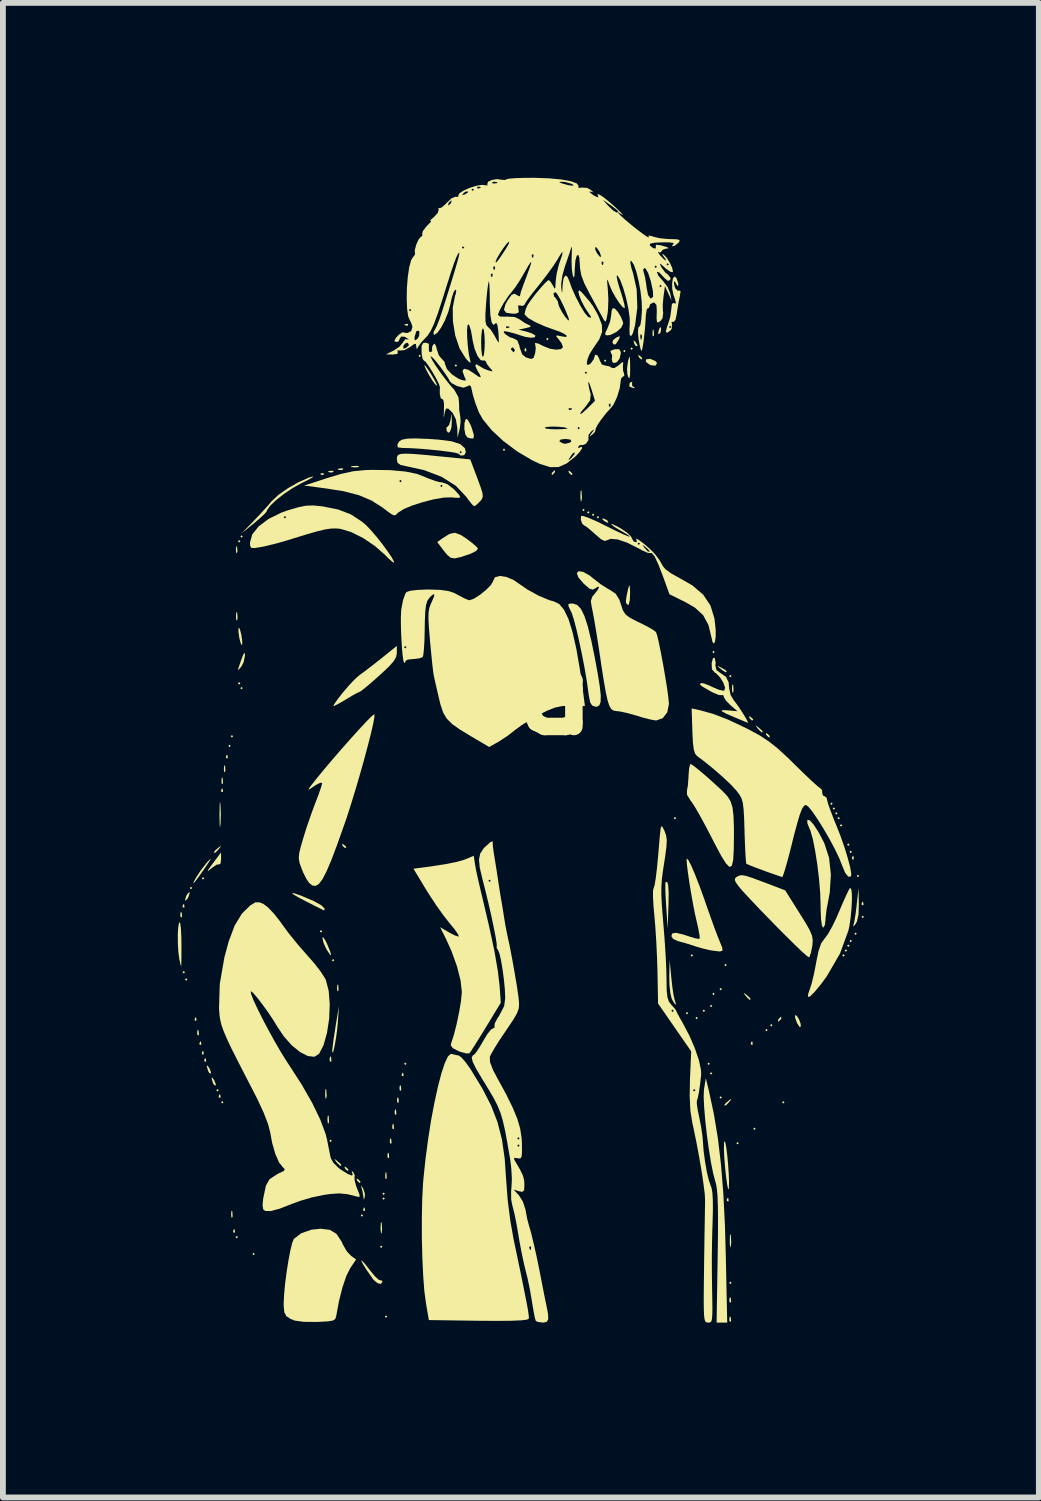
<source format=kicad_pcb>
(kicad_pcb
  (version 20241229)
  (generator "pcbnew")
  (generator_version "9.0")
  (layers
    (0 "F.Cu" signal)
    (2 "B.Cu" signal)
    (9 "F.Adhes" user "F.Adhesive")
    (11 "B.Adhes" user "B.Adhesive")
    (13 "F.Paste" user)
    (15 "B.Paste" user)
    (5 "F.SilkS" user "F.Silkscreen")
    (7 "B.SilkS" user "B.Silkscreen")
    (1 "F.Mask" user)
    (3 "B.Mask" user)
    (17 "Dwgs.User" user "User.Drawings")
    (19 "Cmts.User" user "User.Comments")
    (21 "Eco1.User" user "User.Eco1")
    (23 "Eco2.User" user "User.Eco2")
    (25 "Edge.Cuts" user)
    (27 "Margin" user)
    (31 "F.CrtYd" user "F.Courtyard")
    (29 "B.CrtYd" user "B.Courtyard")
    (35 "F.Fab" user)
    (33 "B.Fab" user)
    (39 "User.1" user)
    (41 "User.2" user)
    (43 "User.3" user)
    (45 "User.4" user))
  (footprint "ra"
    (layer "F.Cu")
    (at 6.008 8.733)
    (property "Reference" "ra" (at 0 0 0) (layer "F.SilkS") (effects (font (size 1.5 1.5) (thickness 0.3))))
    (attr board_only exclude_from_pos_files exclude_from_bom)
    (fp_poly (pts (xy -5.885 4.894) (xy -5.906 4.915) (xy -5.927 4.894) (xy -5.906 4.873)) (stroke (width 0) (type solid)) (fill yes) (layer "F.SilkS"))
    (fp_poly (pts (xy -5.844 5.018) (xy -5.865 5.039) (xy -5.885 5.018) (xy -5.865 4.997)) (stroke (width 0) (type solid)) (fill yes) (layer "F.SilkS"))
    (fp_poly (pts (xy -5.761 3.449) (xy -5.782 3.469) (xy -5.803 3.449) (xy -5.782 3.428)) (stroke (width 0) (type solid)) (fill yes) (layer "F.SilkS"))
    (fp_poly (pts (xy -5.555 3.283) (xy -5.576 3.304) (xy -5.596 3.283) (xy -5.576 3.263)) (stroke (width 0) (type solid)) (fill yes) (layer "F.SilkS"))
    (fp_poly (pts (xy -5.307 6.918) (xy -5.328 6.939) (xy -5.348 6.918) (xy -5.328 6.897)) (stroke (width 0) (type solid)) (fill yes) (layer "F.SilkS"))
    (fp_poly (pts (xy -5.225 7.124) (xy -5.245 7.145) (xy -5.266 7.124) (xy -5.245 7.104)) (stroke (width 0) (type solid)) (fill yes) (layer "F.SilkS"))
    (fp_poly (pts (xy -5.101 1.012) (xy -5.121 1.033) (xy -5.142 1.012) (xy -5.121 0.991)) (stroke (width 0) (type solid)) (fill yes) (layer "F.SilkS"))
    (fp_poly (pts (xy -5.059 0.847) (xy -5.08 0.867) (xy -5.101 0.847) (xy -5.08 0.826)) (stroke (width 0) (type solid)) (fill yes) (layer "F.SilkS"))
    (fp_poly (pts (xy -4.977 9.437) (xy -4.997 9.458) (xy -5.018 9.437) (xy -4.997 9.417)) (stroke (width 0) (type solid)) (fill yes) (layer "F.SilkS"))
    (fp_poly (pts (xy -4.935 -2.499) (xy -4.956 -2.478) (xy -4.977 -2.499) (xy -4.956 -2.519)) (stroke (width 0) (type solid)) (fill yes) (layer "F.SilkS"))
    (fp_poly (pts (xy -4.935 -0.062) (xy -4.956 -0.041) (xy -4.977 -0.062) (xy -4.956 -0.083)) (stroke (width 0) (type solid)) (fill yes) (layer "F.SilkS"))
    (fp_poly (pts (xy -4.894 -2.581) (xy -4.915 -2.561) (xy -4.935 -2.581) (xy -4.915 -2.602)) (stroke (width 0) (type solid)) (fill yes) (layer "F.SilkS"))
    (fp_poly (pts (xy -4.894 0.021) (xy -4.915 0.041) (xy -4.935 0.021) (xy -4.915 -0.000001)) (stroke (width 0) (type solid)) (fill yes) (layer "F.SilkS"))
    (fp_poly (pts (xy -4.688 9.726) (xy -4.708 9.747) (xy -4.729 9.726) (xy -4.708 9.706)) (stroke (width 0) (type solid)) (fill yes) (layer "F.SilkS"))
    (fp_poly (pts (xy -3.531 4.192) (xy -3.552 4.213) (xy -3.573 4.192) (xy -3.552 4.171)) (stroke (width 0) (type solid)) (fill yes) (layer "F.SilkS"))
    (fp_poly (pts (xy -3.366 7.785) (xy -3.387 7.806) (xy -3.407 7.785) (xy -3.387 7.765)) (stroke (width 0) (type solid)) (fill yes) (layer "F.SilkS"))
    (fp_poly (pts (xy -3.325 4.688) (xy -3.345 4.708) (xy -3.366 4.688) (xy -3.345 4.667)) (stroke (width 0) (type solid)) (fill yes) (layer "F.SilkS"))
    (fp_poly (pts (xy -2.829 9.066) (xy -2.85 9.086) (xy -2.87 9.066) (xy -2.85 9.045)) (stroke (width 0) (type solid)) (fill yes) (layer "F.SilkS"))
    (fp_poly (pts (xy -2.499 9.602) (xy -2.519 9.623) (xy -2.54 9.602) (xy -2.519 9.582)) (stroke (width 0) (type solid)) (fill yes) (layer "F.SilkS"))
    (fp_poly (pts (xy -2.457 8.694) (xy -2.478 8.714) (xy -2.499 8.694) (xy -2.478 8.673)) (stroke (width 0) (type solid)) (fill yes) (layer "F.SilkS"))
    (fp_poly (pts (xy -2.457 8.776) (xy -2.478 8.797) (xy -2.499 8.776) (xy -2.478 8.756)) (stroke (width 0) (type solid)) (fill yes) (layer "F.SilkS"))
    (fp_poly (pts (xy -2.416 10.8) (xy -2.437 10.821) (xy -2.457 10.8) (xy -2.437 10.78)) (stroke (width 0) (type solid)) (fill yes) (layer "F.SilkS"))
    (fp_poly (pts (xy -2.086 6.464) (xy -2.106 6.484) (xy -2.127 6.464) (xy -2.106 6.443)) (stroke (width 0) (type solid)) (fill yes) (layer "F.SilkS"))
    (fp_poly (pts (xy -1.838 -5.679) (xy -1.859 -5.658) (xy -1.879 -5.679) (xy -1.859 -5.7)) (stroke (width 0) (type solid)) (fill yes) (layer "F.SilkS"))
    (fp_poly (pts (xy -1.218 -5.514) (xy -1.239 -5.493) (xy -1.26 -5.514) (xy -1.239 -5.534)) (stroke (width 0) (type solid)) (fill yes) (layer "F.SilkS"))
    (fp_poly (pts (xy -0.392 -4.068) (xy -0.413 -4.047) (xy -0.434 -4.068) (xy -0.413 -4.089)) (stroke (width 0) (type solid)) (fill yes) (layer "F.SilkS"))
    (fp_poly (pts (xy 0.351 -5.968) (xy 0.33 -5.947) (xy 0.31 -5.968) (xy 0.33 -5.989)) (stroke (width 0) (type solid)) (fill yes) (layer "F.SilkS"))
    (fp_poly (pts (xy 0.971 -3.036) (xy 0.95 -3.015) (xy 0.929 -3.036) (xy 0.95 -3.056)) (stroke (width 0) (type solid)) (fill yes) (layer "F.SilkS"))
    (fp_poly (pts (xy 1.053 -2.994) (xy 1.033 -2.974) (xy 1.012 -2.994) (xy 1.033 -3.015)) (stroke (width 0) (type solid)) (fill yes) (layer "F.SilkS"))
    (fp_poly (pts (xy 1.136 -2.953) (xy 1.115 -2.932) (xy 1.094 -2.953) (xy 1.115 -2.974)) (stroke (width 0) (type solid)) (fill yes) (layer "F.SilkS"))
    (fp_poly (pts (xy 1.218 -2.912) (xy 1.198 -2.891) (xy 1.177 -2.912) (xy 1.198 -2.932)) (stroke (width 0) (type solid)) (fill yes) (layer "F.SilkS"))
    (fp_poly (pts (xy 1.342 -5.596) (xy 1.322 -5.576) (xy 1.301 -5.596) (xy 1.322 -5.617)) (stroke (width 0) (type solid)) (fill yes) (layer "F.SilkS"))
    (fp_poly (pts (xy 1.673 -5.761) (xy 1.652 -5.741) (xy 1.631 -5.761) (xy 1.652 -5.782)) (stroke (width 0) (type solid)) (fill yes) (layer "F.SilkS"))
    (fp_poly (pts (xy 1.797 -5.803) (xy 1.776 -5.782) (xy 1.755 -5.803) (xy 1.776 -5.823)) (stroke (width 0) (type solid)) (fill yes) (layer "F.SilkS"))
    (fp_poly (pts (xy 2.54 2.251) (xy 2.519 2.272) (xy 2.499 2.251) (xy 2.519 2.23)) (stroke (width 0) (type solid)) (fill yes) (layer "F.SilkS"))
    (fp_poly (pts (xy 2.747 5.596) (xy 2.726 5.617) (xy 2.705 5.596) (xy 2.726 5.576)) (stroke (width 0) (type solid)) (fill yes) (layer "F.SilkS"))
    (fp_poly (pts (xy 2.829 4.605) (xy 2.808 4.626) (xy 2.788 4.605) (xy 2.808 4.584)) (stroke (width 0) (type solid)) (fill yes) (layer "F.SilkS"))
    (fp_poly (pts (xy 2.912 5.679) (xy 2.891 5.7) (xy 2.87 5.679) (xy 2.891 5.658)) (stroke (width 0) (type solid)) (fill yes) (layer "F.SilkS"))
    (fp_poly (pts (xy 3.036 5.555) (xy 3.015 5.576) (xy 2.994 5.555) (xy 3.015 5.534)) (stroke (width 0) (type solid)) (fill yes) (layer "F.SilkS"))
    (fp_poly (pts (xy 3.118 6.464) (xy 3.098 6.484) (xy 3.077 6.464) (xy 3.098 6.443)) (stroke (width 0) (type solid)) (fill yes) (layer "F.SilkS"))
    (fp_poly (pts (xy 3.16 5.472) (xy 3.139 5.493) (xy 3.118 5.472) (xy 3.139 5.452)) (stroke (width 0) (type solid)) (fill yes) (layer "F.SilkS"))
    (fp_poly (pts (xy 3.16 6.629) (xy 3.139 6.649) (xy 3.118 6.629) (xy 3.139 6.608)) (stroke (width 0) (type solid)) (fill yes) (layer "F.SilkS"))
    (fp_poly (pts (xy 3.201 -0.599) (xy 3.18 -0.578) (xy 3.16 -0.599) (xy 3.18 -0.62)) (stroke (width 0) (type solid)) (fill yes) (layer "F.SilkS"))
    (fp_poly (pts (xy 3.201 5.266) (xy 3.18 5.287) (xy 3.16 5.266) (xy 3.18 5.245)) (stroke (width 0) (type solid)) (fill yes) (layer "F.SilkS"))
    (fp_poly (pts (xy 3.325 5.183) (xy 3.304 5.204) (xy 3.283 5.183) (xy 3.304 5.163)) (stroke (width 0) (type solid)) (fill yes) (layer "F.SilkS"))
    (fp_poly (pts (xy 3.325 7.042) (xy 3.304 7.062) (xy 3.283 7.042) (xy 3.304 7.021)) (stroke (width 0) (type solid)) (fill yes) (layer "F.SilkS"))
    (fp_poly (pts (xy 3.407 4.77) (xy 3.387 4.791) (xy 3.366 4.77) (xy 3.387 4.75)) (stroke (width 0) (type solid)) (fill yes) (layer "F.SilkS"))
    (fp_poly (pts (xy 3.49 -0.186) (xy 3.469 -0.165) (xy 3.449 -0.186) (xy 3.469 -0.207)) (stroke (width 0) (type solid)) (fill yes) (layer "F.SilkS"))
    (fp_poly (pts (xy 3.49 10.222) (xy 3.469 10.243) (xy 3.449 10.222) (xy 3.469 10.201)) (stroke (width 0) (type solid)) (fill yes) (layer "F.SilkS"))
    (fp_poly (pts (xy 3.614 7.827) (xy 3.593 7.847) (xy 3.573 7.827) (xy 3.593 7.806)) (stroke (width 0) (type solid)) (fill yes) (layer "F.SilkS"))
    (fp_poly (pts (xy 3.903 7.579) (xy 3.882 7.599) (xy 3.862 7.579) (xy 3.882 7.558)) (stroke (width 0) (type solid)) (fill yes) (layer "F.SilkS"))
    (fp_poly (pts (xy 4.109 5.885) (xy 4.089 5.906) (xy 4.068 5.885) (xy 4.089 5.865)) (stroke (width 0) (type solid)) (fill yes) (layer "F.SilkS"))
    (fp_poly (pts (xy 4.192 5.803) (xy 4.171 5.823) (xy 4.151 5.803) (xy 4.171 5.782)) (stroke (width 0) (type solid)) (fill yes) (layer "F.SilkS"))
    (fp_poly (pts (xy 4.399 7.124) (xy 4.378 7.145) (xy 4.357 7.124) (xy 4.378 7.104)) (stroke (width 0) (type solid)) (fill yes) (layer "F.SilkS"))
    (fp_poly (pts (xy 5.225 2.003) (xy 5.204 2.024) (xy 5.183 2.003) (xy 5.204 1.982)) (stroke (width 0) (type solid)) (fill yes) (layer "F.SilkS"))
    (fp_poly (pts (xy 5.266 2.086) (xy 5.245 2.106) (xy 5.225 2.086) (xy 5.245 2.065)) (stroke (width 0) (type solid)) (fill yes) (layer "F.SilkS"))
    (fp_poly (pts (xy 5.307 2.168) (xy 5.287 2.189) (xy 5.266 2.168) (xy 5.287 2.148)) (stroke (width 0) (type solid)) (fill yes) (layer "F.SilkS"))
    (fp_poly (pts (xy 5.348 2.251) (xy 5.328 2.272) (xy 5.307 2.251) (xy 5.328 2.23)) (stroke (width 0) (type solid)) (fill yes) (layer "F.SilkS"))
    (fp_poly (pts (xy 5.39 2.375) (xy 5.369 2.395) (xy 5.348 2.375) (xy 5.369 2.354)) (stroke (width 0) (type solid)) (fill yes) (layer "F.SilkS"))
    (fp_poly (pts (xy 5.431 4.605) (xy 5.41 4.626) (xy 5.39 4.605) (xy 5.41 4.584)) (stroke (width 0) (type solid)) (fill yes) (layer "F.SilkS"))
    (fp_poly (pts (xy 5.472 4.522) (xy 5.452 4.543) (xy 5.431 4.522) (xy 5.452 4.502)) (stroke (width 0) (type solid)) (fill yes) (layer "F.SilkS"))
    (fp_poly (pts (xy 5.514 2.705) (xy 5.493 2.726) (xy 5.472 2.705) (xy 5.493 2.685)) (stroke (width 0) (type solid)) (fill yes) (layer "F.SilkS"))
    (fp_poly (pts (xy 5.514 4.44) (xy 5.493 4.46) (xy 5.472 4.44) (xy 5.493 4.419)) (stroke (width 0) (type solid)) (fill yes) (layer "F.SilkS"))
    (fp_poly (pts (xy 5.555 2.829) (xy 5.534 2.85) (xy 5.514 2.829) (xy 5.534 2.808)) (stroke (width 0) (type solid)) (fill yes) (layer "F.SilkS"))
    (fp_poly (pts (xy 5.555 4.357) (xy 5.534 4.378) (xy 5.514 4.357) (xy 5.534 4.337)) (stroke (width 0) (type solid)) (fill yes) (layer "F.SilkS"))
    (fp_poly (pts (xy 5.638 4.233) (xy 5.617 4.254) (xy 5.596 4.233) (xy 5.617 4.213)) (stroke (width 0) (type solid)) (fill yes) (layer "F.SilkS"))
    (fp_poly (pts (xy 5.679 3.242) (xy 5.658 3.263) (xy 5.638 3.242) (xy 5.658 3.221)) (stroke (width 0) (type solid)) (fill yes) (layer "F.SilkS"))
    (fp_poly (pts (xy 5.761 3.944) (xy 5.741 3.965) (xy 5.72 3.944) (xy 5.741 3.924)) (stroke (width 0) (type solid)) (fill yes) (layer "F.SilkS"))
    (fp_poly (pts (xy -5.94 3.875) (xy -5.935 3.939) (xy -5.943 3.954) (xy -5.962 3.941) (xy -5.965 3.899) (xy -5.955 3.855)) (stroke (width 0) (type solid)) (fill yes) (layer "F.SilkS"))
    (fp_poly (pts (xy -5.899 3.731) (xy -5.894 3.78) (xy -5.899 3.786) (xy -5.924 3.78) (xy -5.927 3.758) (xy -5.912 3.724)) (stroke (width 0) (type solid)) (fill yes) (layer "F.SilkS"))
    (fp_poly (pts (xy -5.693 5.672) (xy -5.688 5.721) (xy -5.693 5.727) (xy -5.717 5.721) (xy -5.72 5.7) (xy -5.705 5.666)) (stroke (width 0) (type solid)) (fill yes) (layer "F.SilkS"))
    (fp_poly (pts (xy -5.651 5.898) (xy -5.646 5.963) (xy -5.654 5.977) (xy -5.673 5.965) (xy -5.676 5.923) (xy -5.666 5.879)) (stroke (width 0) (type solid)) (fill yes) (layer "F.SilkS"))
    (fp_poly (pts (xy -5.61 6.085) (xy -5.605 6.134) (xy -5.61 6.14) (xy -5.635 6.134) (xy -5.638 6.113) (xy -5.622 6.079)) (stroke (width 0) (type solid)) (fill yes) (layer "F.SilkS"))
    (fp_poly (pts (xy -5.569 6.25) (xy -5.564 6.299) (xy -5.569 6.305) (xy -5.593 6.3) (xy -5.596 6.278) (xy -5.581 6.244)) (stroke (width 0) (type solid)) (fill yes) (layer "F.SilkS"))
    (fp_poly (pts (xy -5.527 6.374) (xy -5.522 6.423) (xy -5.527 6.429) (xy -5.552 6.423) (xy -5.555 6.402) (xy -5.54 6.368)) (stroke (width 0) (type solid)) (fill yes) (layer "F.SilkS"))
    (fp_poly (pts (xy -5.28 6.994) (xy -5.275 7.043) (xy -5.28 7.049) (xy -5.304 7.043) (xy -5.307 7.021) (xy -5.292 6.987)) (stroke (width 0) (type solid)) (fill yes) (layer "F.SilkS"))
    (fp_poly (pts (xy -5.239 1.559) (xy -5.233 1.644) (xy -5.239 1.662) (xy -5.254 1.668) (xy -5.259 1.611) (xy -5.253 1.552)) (stroke (width 0) (type solid)) (fill yes) (layer "F.SilkS"))
    (fp_poly (pts (xy -5.238 1.748) (xy -5.233 1.797) (xy -5.238 1.803) (xy -5.263 1.798) (xy -5.266 1.776) (xy -5.251 1.742)) (stroke (width 0) (type solid)) (fill yes) (layer "F.SilkS"))
    (fp_poly (pts (xy -5.197 1.353) (xy -5.192 1.437) (xy -5.197 1.456) (xy -5.212 1.461) (xy -5.218 1.404) (xy -5.212 1.346)) (stroke (width 0) (type solid)) (fill yes) (layer "F.SilkS"))
    (fp_poly (pts (xy -5.156 1.17) (xy -5.151 1.219) (xy -5.156 1.225) (xy -5.18 1.22) (xy -5.183 1.198) (xy -5.168 1.164)) (stroke (width 0) (type solid)) (fill yes) (layer "F.SilkS"))
    (fp_poly (pts (xy -5.073 8.993) (xy -5.068 9.078) (xy -5.073 9.097) (xy -5.088 9.102) (xy -5.094 9.045) (xy -5.088 8.986)) (stroke (width 0) (type solid)) (fill yes) (layer "F.SilkS"))
    (fp_poly (pts (xy -5.032 9.306) (xy -5.027 9.355) (xy -5.032 9.362) (xy -5.056 9.356) (xy -5.059 9.334) (xy -5.044 9.3)) (stroke (width 0) (type solid)) (fill yes) (layer "F.SilkS"))
    (fp_poly (pts (xy -4.991 -2.406) (xy -4.985 -2.321) (xy -4.991 -2.303) (xy -5.006 -2.297) (xy -5.012 -2.354) (xy -5.005 -2.413)) (stroke (width 0) (type solid)) (fill yes) (layer "F.SilkS"))
    (fp_poly (pts (xy -3.504 -3.662) (xy -3.509 -3.637) (xy -3.531 -3.634) (xy -3.565 -3.65) (xy -3.559 -3.662) (xy -3.51 -3.667)) (stroke (width 0) (type solid)) (fill yes) (layer "F.SilkS"))
    (fp_poly (pts (xy -3.379 6.353) (xy -3.374 6.417) (xy -3.382 6.432) (xy -3.401 6.419) (xy -3.404 6.378) (xy -3.394 6.333)) (stroke (width 0) (type solid)) (fill yes) (layer "F.SilkS"))
    (fp_poly (pts (xy -3.336 -3.701) (xy -3.348 -3.682) (xy -3.39 -3.679) (xy -3.434 -3.689) (xy -3.415 -3.704) (xy -3.351 -3.709)) (stroke (width 0) (type solid)) (fill yes) (layer "F.SilkS"))
    (fp_poly (pts (xy -3.256 5.111) (xy -3.251 5.196) (xy -3.256 5.214) (xy -3.271 5.219) (xy -3.277 5.163) (xy -3.27 5.104)) (stroke (width 0) (type solid)) (fill yes) (layer "F.SilkS"))
    (fp_poly (pts (xy -3.171 -3.742) (xy -3.183 -3.723) (xy -3.225 -3.72) (xy -3.269 -3.73) (xy -3.25 -3.745) (xy -3.185 -3.75)) (stroke (width 0) (type solid)) (fill yes) (layer "F.SilkS"))
    (fp_poly (pts (xy -2.802 8.935) (xy -2.797 8.984) (xy -2.802 8.99) (xy -2.826 8.984) (xy -2.829 8.962) (xy -2.814 8.928)) (stroke (width 0) (type solid)) (fill yes) (layer "F.SilkS"))
    (fp_poly (pts (xy -2.43 8.332) (xy -2.425 8.417) (xy -2.43 8.436) (xy -2.445 8.441) (xy -2.451 8.384) (xy -2.444 8.325)) (stroke (width 0) (type solid)) (fill yes) (layer "F.SilkS"))
    (fp_poly (pts (xy -2.388 8.005) (xy -2.383 8.069) (xy -2.391 8.084) (xy -2.41 8.071) (xy -2.413 8.03) (xy -2.403 7.985)) (stroke (width 0) (type solid)) (fill yes) (layer "F.SilkS"))
    (fp_poly (pts (xy -2.347 7.757) (xy -2.342 7.821) (xy -2.35 7.836) (xy -2.369 7.824) (xy -2.372 7.782) (xy -2.361 7.738)) (stroke (width 0) (type solid)) (fill yes) (layer "F.SilkS"))
    (fp_poly (pts (xy -2.305 7.509) (xy -2.3 7.574) (xy -2.309 7.588) (xy -2.327 7.576) (xy -2.33 7.534) (xy -2.32 7.49)) (stroke (width 0) (type solid)) (fill yes) (layer "F.SilkS"))
    (fp_poly (pts (xy -2.264 7.261) (xy -2.259 7.326) (xy -2.267 7.34) (xy -2.286 7.328) (xy -2.289 7.286) (xy -2.279 7.242)) (stroke (width 0) (type solid)) (fill yes) (layer "F.SilkS"))
    (fp_poly (pts (xy -2.223 7.055) (xy -2.218 7.119) (xy -2.226 7.134) (xy -2.245 7.122) (xy -2.248 7.08) (xy -2.238 7.036)) (stroke (width 0) (type solid)) (fill yes) (layer "F.SilkS"))
    (fp_poly (pts (xy -2.181 6.848) (xy -2.176 6.913) (xy -2.185 6.927) (xy -2.203 6.915) (xy -2.206 6.873) (xy -2.196 6.829)) (stroke (width 0) (type solid)) (fill yes) (layer "F.SilkS"))
    (fp_poly (pts (xy -2.141 6.622) (xy -2.136 6.671) (xy -2.141 6.677) (xy -2.165 6.671) (xy -2.168 6.649) (xy -2.153 6.615)) (stroke (width 0) (type solid)) (fill yes) (layer "F.SilkS"))
    (fp_poly (pts (xy -2.058 -6.223) (xy -2.064 -6.198) (xy -2.086 -6.195) (xy -2.12 -6.21) (xy -2.113 -6.223) (xy -2.064 -6.228)) (stroke (width 0) (type solid)) (fill yes) (layer "F.SilkS"))
    (fp_poly (pts (xy -0.034 -5.81) (xy -0.029 -5.761) (xy -0.034 -5.755) (xy -0.059 -5.76) (xy -0.062 -5.782) (xy -0.047 -5.816)) (stroke (width 0) (type solid)) (fill yes) (layer "F.SilkS"))
    (fp_poly (pts (xy 2.154 -6.123) (xy 2.16 -6.038) (xy 2.154 -6.02) (xy 2.139 -6.014) (xy 2.134 -6.071) (xy 2.14 -6.13)) (stroke (width 0) (type solid)) (fill yes) (layer "F.SilkS"))
    (fp_poly (pts (xy 3.435 8.77) (xy 3.44 8.819) (xy 3.435 8.825) (xy 3.41 8.819) (xy 3.407 8.797) (xy 3.422 8.763)) (stroke (width 0) (type solid)) (fill yes) (layer "F.SilkS"))
    (fp_poly (pts (xy 3.477 10.483) (xy 3.482 10.547) (xy 3.474 10.562) (xy 3.455 10.55) (xy 3.452 10.508) (xy 3.462 10.464)) (stroke (width 0) (type solid)) (fill yes) (layer "F.SilkS"))
    (fp_poly (pts (xy 3.477 10.813) (xy 3.482 10.878) (xy 3.474 10.892) (xy 3.455 10.88) (xy 3.452 10.838) (xy 3.462 10.794)) (stroke (width 0) (type solid)) (fill yes) (layer "F.SilkS"))
    (fp_poly (pts (xy 3.848 6.085) (xy 3.853 6.134) (xy 3.848 6.14) (xy 3.823 6.134) (xy 3.82 6.113) (xy 3.835 6.079)) (stroke (width 0) (type solid)) (fill yes) (layer "F.SilkS"))
    (fp_poly (pts (xy 5.582 2.905) (xy 5.587 2.954) (xy 5.582 2.96) (xy 5.558 2.954) (xy 5.555 2.932) (xy 5.57 2.898)) (stroke (width 0) (type solid)) (fill yes) (layer "F.SilkS"))
    (fp_poly (pts (xy 5.748 3.69) (xy 5.753 3.739) (xy 5.748 3.745) (xy 5.723 3.739) (xy 5.72 3.717) (xy 5.735 3.683)) (stroke (width 0) (type solid)) (fill yes) (layer "F.SilkS"))
    (fp_poly (pts (xy -5.467 6.539) (xy -5.44 6.607) (xy -5.443 6.634) (xy -5.471 6.619) (xy -5.488 6.586) (xy -5.511 6.507) (xy -5.502 6.492)) (stroke (width 0) (type solid)) (fill yes) (layer "F.SilkS"))
    (fp_poly (pts (xy -5.385 6.745) (xy -5.357 6.814) (xy -5.36 6.84) (xy -5.388 6.825) (xy -5.405 6.792) (xy -5.429 6.714) (xy -5.419 6.698)) (stroke (width 0) (type solid)) (fill yes) (layer "F.SilkS"))
    (fp_poly (pts (xy -3.166 2.701) (xy -3.122 2.74) (xy -3.118 2.749) (xy -3.138 2.766) (xy -3.179 2.728) (xy -3.184 2.719) (xy -3.189 2.691)) (stroke (width 0) (type solid)) (fill yes) (layer "F.SilkS"))
    (fp_poly (pts (xy -3.125 8.236) (xy -3.08 8.277) (xy -3.089 8.301) (xy -3.095 8.301) (xy -3.13 8.272) (xy -3.143 8.254) (xy -3.148 8.226)) (stroke (width 0) (type solid)) (fill yes) (layer "F.SilkS"))
    (fp_poly (pts (xy -2.918 8.442) (xy -2.874 8.484) (xy -2.883 8.508) (xy -2.889 8.508) (xy -2.924 8.479) (xy -2.936 8.46) (xy -2.941 8.432)) (stroke (width 0) (type solid)) (fill yes) (layer "F.SilkS"))
    (fp_poly (pts (xy 0.716 -3.7) (xy 0.761 -3.659) (xy 0.752 -3.635) (xy 0.746 -3.634) (xy 0.711 -3.664) (xy 0.698 -3.682) (xy 0.693 -3.71)) (stroke (width 0) (type solid)) (fill yes) (layer "F.SilkS"))
    (fp_poly (pts (xy 1.354 -2.861) (xy 1.363 -2.85) (xy 1.377 -2.813) (xy 1.338 -2.827) (xy 1.301 -2.85) (xy 1.269 -2.883) (xy 1.288 -2.89)) (stroke (width 0) (type solid)) (fill yes) (layer "F.SilkS"))
    (fp_poly (pts (xy 1.838 -5.922) (xy 1.843 -5.917) (xy 1.876 -5.863) (xy 1.871 -5.843) (xy 1.84 -5.855) (xy 1.82 -5.894) (xy 1.807 -5.942)) (stroke (width 0) (type solid)) (fill yes) (layer "F.SilkS"))
    (fp_poly (pts (xy 1.914 -5.683) (xy 1.958 -5.641) (xy 1.949 -5.617) (xy 1.944 -5.617) (xy 1.909 -5.646) (xy 1.896 -5.665) (xy 1.891 -5.693)) (stroke (width 0) (type solid)) (fill yes) (layer "F.SilkS"))
    (fp_poly (pts (xy 2.283 -6.159) (xy 2.274 -6.085) (xy 2.258 -6.062) (xy 2.231 -6.051) (xy 2.239 -6.111) (xy 2.24 -6.116) (xy 2.264 -6.171)) (stroke (width 0) (type solid)) (fill yes) (layer "F.SilkS"))
    (fp_poly (pts (xy 3.814 0.512) (xy 3.858 0.551) (xy 3.862 0.56) (xy 3.842 0.577) (xy 3.801 0.539) (xy 3.796 0.531) (xy 3.791 0.502)) (stroke (width 0) (type solid)) (fill yes) (layer "F.SilkS"))
    (fp_poly (pts (xy 4.103 0.801) (xy 4.147 0.843) (xy 4.138 0.867) (xy 4.133 0.867) (xy 4.098 0.838) (xy 4.085 0.82) (xy 4.08 0.791)) (stroke (width 0) (type solid)) (fill yes) (layer "F.SilkS"))
    (fp_poly (pts (xy -5.804 3.531) (xy -5.825 3.599) (xy -5.844 3.634) (xy -5.877 3.668) (xy -5.884 3.655) (xy -5.864 3.587) (xy -5.844 3.552) (xy -5.811 3.519)) (stroke (width 0) (type solid)) (fill yes) (layer "F.SilkS"))
    (fp_poly (pts (xy -5.279 2.748) (xy -5.302 2.777) (xy -5.362 2.842) (xy -5.389 2.841) (xy -5.39 2.834) (xy -5.362 2.8) (xy -5.317 2.762) (xy -5.269 2.726)) (stroke (width 0) (type solid)) (fill yes) (layer "F.SilkS"))
    (fp_poly (pts (xy -4.991 -1.276) (xy -4.989 -1.269) (xy -4.983 -1.179) (xy -4.991 -1.145) (xy -5.005 -1.144) (xy -5.01 -1.209) (xy -5.01 -1.218) (xy -5.004 -1.282)) (stroke (width 0) (type solid)) (fill yes) (layer "F.SilkS"))
    (fp_poly (pts (xy -3.461 6.908) (xy -3.455 7.012) (xy -3.461 7.052) (xy -3.473 7.065) (xy -3.48 7.008) (xy -3.48 6.98) (xy -3.476 6.905) (xy -3.465 6.896)) (stroke (width 0) (type solid)) (fill yes) (layer "F.SilkS"))
    (fp_poly (pts (xy -3.422 7.356) (xy -3.42 7.363) (xy -3.414 7.453) (xy -3.422 7.487) (xy -3.435 7.488) (xy -3.441 7.423) (xy -3.441 7.413) (xy -3.435 7.349)) (stroke (width 0) (type solid)) (fill yes) (layer "F.SilkS"))
    (fp_poly (pts (xy -3.303 8.108) (xy -3.273 8.131) (xy -3.216 8.182) (xy -3.201 8.203) (xy -3.221 8.216) (xy -3.276 8.163) (xy -3.289 8.147) (xy -3.324 8.098)) (stroke (width 0) (type solid)) (fill yes) (layer "F.SilkS"))
    (fp_poly (pts (xy -2.901 -3.785) (xy -2.899 -3.772) (xy -2.964 -3.766) (xy -2.974 -3.766) (xy -3.038 -3.772) (xy -3.032 -3.785) (xy -3.024 -3.787) (xy -2.935 -3.793)) (stroke (width 0) (type solid)) (fill yes) (layer "F.SilkS"))
    (fp_poly (pts (xy -2.511 9.2) (xy -2.504 9.308) (xy -2.512 9.365) (xy -2.523 9.375) (xy -2.529 9.316) (xy -2.53 9.272) (xy -2.526 9.192) (xy -2.516 9.18)) (stroke (width 0) (type solid)) (fill yes) (layer "F.SilkS"))
    (fp_poly (pts (xy 0.462 -3.69) (xy 0.454 -3.676) (xy 0.415 -3.636) (xy 0.408 -3.634) (xy 0.405 -3.661) (xy 0.413 -3.676) (xy 0.452 -3.715) (xy 0.459 -3.717)) (stroke (width 0) (type solid)) (fill yes) (layer "F.SilkS"))
    (fp_poly (pts (xy 0.917 -3.355) (xy 0.924 -3.248) (xy 0.916 -3.19) (xy 0.905 -3.18) (xy 0.899 -3.24) (xy 0.898 -3.283) (xy 0.902 -3.363) (xy 0.912 -3.376)) (stroke (width 0) (type solid)) (fill yes) (layer "F.SilkS"))
    (fp_poly (pts (xy 1.571 -5.991) (xy 1.55 -5.95) (xy 1.504 -5.878) (xy 1.469 -5.875) (xy 1.447 -5.904) (xy 1.459 -5.95) (xy 1.509 -5.99) (xy 1.57 -6.017)) (stroke (width 0) (type solid)) (fill yes) (layer "F.SilkS"))
    (fp_poly (pts (xy 3.263 -0.355) (xy 3.314 -0.331) (xy 3.385 -0.29) (xy 3.407 -0.267) (xy 3.394 -0.25) (xy 3.345 -0.279) (xy 3.302 -0.312) (xy 3.248 -0.356)) (stroke (width 0) (type solid)) (fill yes) (layer "F.SilkS"))
    (fp_poly (pts (xy 3.477 7.084) (xy 3.454 7.114) (xy 3.394 7.178) (xy 3.367 7.178) (xy 3.366 7.171) (xy 3.394 7.136) (xy 3.438 7.098) (xy 3.487 7.063)) (stroke (width 0) (type solid)) (fill yes) (layer "F.SilkS"))
    (fp_poly (pts (xy 3.478 9.406) (xy 3.485 9.527) (xy 3.478 9.592) (xy 3.468 9.612) (xy 3.461 9.56) (xy 3.46 9.499) (xy 3.463 9.41) (xy 3.471 9.385)) (stroke (width 0) (type solid)) (fill yes) (layer "F.SilkS"))
    (fp_poly (pts (xy 3.516 -0.037) (xy 3.519 -0.03) (xy 3.525 0.06) (xy 3.517 0.094) (xy 3.503 0.095) (xy 3.498 0.03) (xy 3.498 0.021) (xy 3.504 -0.043)) (stroke (width 0) (type solid)) (fill yes) (layer "F.SilkS"))
    (fp_poly (pts (xy 3.718 5.258) (xy 3.748 5.281) (xy 3.812 5.342) (xy 3.812 5.368) (xy 3.805 5.369) (xy 3.77 5.341) (xy 3.732 5.297) (xy 3.697 5.248)) (stroke (width 0) (type solid)) (fill yes) (layer "F.SilkS"))
    (fp_poly (pts (xy 3.925 0.674) (xy 3.955 0.697) (xy 4.012 0.748) (xy 4.027 0.769) (xy 4.007 0.781) (xy 3.952 0.728) (xy 3.939 0.712) (xy 3.903 0.664)) (stroke (width 0) (type solid)) (fill yes) (layer "F.SilkS"))
    (fp_poly (pts (xy 4.344 5.685) (xy 4.337 5.7) (xy 4.298 5.739) (xy 4.29 5.741) (xy 4.288 5.714) (xy 4.295 5.7) (xy 4.334 5.66) (xy 4.341 5.658)) (stroke (width 0) (type solid)) (fill yes) (layer "F.SilkS"))
    (fp_poly (pts (xy 2.107 -5.623) (xy 2.185 -5.589) (xy 2.212 -5.556) (xy 2.187 -5.511) (xy 2.112 -5.517) (xy 2.086 -5.527) (xy 2.021 -5.576) (xy 2.022 -5.618) (xy 2.085 -5.628)) (stroke (width 0) (type solid)) (fill yes) (layer "F.SilkS"))
    (fp_poly (pts (xy -4.856 -0.537) (xy -4.88 -0.422) (xy -4.916 -0.353) (xy -4.961 -0.299) (xy -4.976 -0.292) (xy -4.963 -0.338) (xy -4.931 -0.433) (xy -4.916 -0.475) (xy -4.879 -0.568) (xy -4.861 -0.586)) (stroke (width 0) (type solid)) (fill yes) (layer "F.SilkS"))
    (fp_poly (pts (xy -2.85 8.571) (xy -2.829 8.602) (xy -2.799 8.695) (xy -2.801 8.747) (xy -2.816 8.795) (xy -2.823 8.763) (xy -2.824 8.749) (xy -2.841 8.648) (xy -2.853 8.604) (xy -2.867 8.552)) (stroke (width 0) (type solid)) (fill yes) (layer "F.SilkS"))
    (fp_poly (pts (xy -1.308 -4.564) (xy -1.314 -4.456) (xy -1.337 -4.382) (xy -1.369 -4.359) (xy -1.397 -4.395) (xy -1.401 -4.45) (xy -1.385 -4.46) (xy -1.353 -4.496) (xy -1.331 -4.574) (xy -1.313 -4.688)) (stroke (width 0) (type solid)) (fill yes) (layer "F.SilkS"))
    (fp_poly (pts (xy 1.782 -5.214) (xy 1.787 -5.162) (xy 1.807 -5.149) (xy 1.834 -5.13) (xy 1.809 -5.125) (xy 1.745 -5.149) (xy 1.736 -5.16) (xy 1.743 -5.212) (xy 1.761 -5.228) (xy 1.79 -5.234)) (stroke (width 0) (type solid)) (fill yes) (layer "F.SilkS"))
    (fp_poly (pts (xy 4.61 5.642) (xy 4.647 5.702) (xy 4.675 5.776) (xy 4.678 5.83) (xy 4.654 5.829) (xy 4.615 5.768) (xy 4.612 5.761) (xy 4.581 5.675) (xy 4.579 5.629) (xy 4.579 5.629)) (stroke (width 0) (type solid)) (fill yes) (layer "F.SilkS"))
    (fp_poly (pts (xy -5.277 2.013) (xy -5.27 2.178) (xy -5.275 2.347) (xy -5.277 2.364) (xy -5.284 2.406) (xy -5.289 2.372) (xy -5.292 2.273) (xy -5.293 2.189) (xy -5.291 2.055) (xy -5.287 1.983) (xy -5.281 1.98)) (stroke (width 0) (type solid)) (fill yes) (layer "F.SilkS"))
    (fp_poly (pts (xy -3.475 4.352) (xy -3.445 4.415) (xy -3.394 4.539) (xy -3.378 4.6) (xy -3.396 4.594) (xy -3.447 4.517) (xy -3.46 4.496) (xy -3.508 4.391) (xy -3.528 4.306) (xy -3.528 4.302) (xy -3.513 4.295)) (stroke (width 0) (type solid)) (fill yes) (layer "F.SilkS"))
    (fp_poly (pts (xy 1.743 -1.737) (xy 1.749 -1.664) (xy 1.75 -1.6) (xy 1.745 -1.486) (xy 1.727 -1.415) (xy 1.714 -1.404) (xy 1.681 -1.438) (xy 1.678 -1.477) (xy 1.691 -1.569) (xy 1.714 -1.673) (xy 1.733 -1.737)) (stroke (width 0) (type solid)) (fill yes) (layer "F.SilkS"))
    (fp_poly (pts (xy 1.749 -5.598) (xy 1.751 -5.503) (xy 1.75 -5.359) (xy 1.74 -5.294) (xy 1.72 -5.31) (xy 1.703 -5.366) (xy 1.698 -5.462) (xy 1.714 -5.581) (xy 1.714 -5.583) (xy 1.733 -5.654) (xy 1.743 -5.661)) (stroke (width 0) (type solid)) (fill yes) (layer "F.SilkS"))
    (fp_poly (pts (xy 2.403 3.398) (xy 2.411 3.522) (xy 2.409 3.721) (xy 2.407 3.763) (xy 2.395 4.151) (xy 2.369 3.758) (xy 2.359 3.588) (xy 2.354 3.45) (xy 2.355 3.366) (xy 2.358 3.349) (xy 2.386 3.343)) (stroke (width 0) (type solid)) (fill yes) (layer "F.SilkS"))
    (fp_poly (pts (xy 5.673 3.72) (xy 5.668 3.905) (xy 5.641 4.025) (xy 5.614 4.071) (xy 5.576 4.111) (xy 5.577 4.096) (xy 5.595 4.029) (xy 5.616 3.906) (xy 5.636 3.753) (xy 5.636 3.745) (xy 5.668 3.449)) (stroke (width 0) (type solid)) (fill yes) (layer "F.SilkS"))
    (fp_poly (pts (xy -5.446 2.956) (xy -5.489 3.025) (xy -5.538 3.098) (xy -5.641 3.245) (xy -5.71 3.337) (xy -5.742 3.37) (xy -5.733 3.341) (xy -5.695 3.27) (xy -5.613 3.145) (xy -5.514 3.018) (xy -5.5 3.001) (xy -5.45 2.949)) (stroke (width 0) (type solid)) (fill yes) (layer "F.SilkS"))
    (fp_poly (pts (xy -4.945 -0.995) (xy -4.923 -0.914) (xy -4.917 -0.886) (xy -4.903 -0.783) (xy -4.905 -0.721) (xy -4.907 -0.717) (xy -4.926 -0.74) (xy -4.948 -0.821) (xy -4.954 -0.849) (xy -4.968 -0.952) (xy -4.966 -1.013) (xy -4.964 -1.018)) (stroke (width 0) (type solid)) (fill yes) (layer "F.SilkS"))
    (fp_poly (pts (xy -1.031 -4.577) (xy -0.987 -4.496) (xy -0.964 -4.437) (xy -0.929 -4.319) (xy -0.936 -4.264) (xy -0.992 -4.263) (xy -1.043 -4.281) (xy -1.076 -4.332) (xy -1.093 -4.426) (xy -1.091 -4.526) (xy -1.069 -4.593) (xy -1.062 -4.6)) (stroke (width 0) (type solid)) (fill yes) (layer "F.SilkS"))
    (fp_poly (pts (xy -5.266 2.954) (xy -5.274 3.028) (xy -5.294 3.042) (xy -5.34 3.048) (xy -5.415 3.098) (xy -5.427 3.108) (xy -5.484 3.153) (xy -5.495 3.149) (xy -5.489 3.139) (xy -5.435 3.064) (xy -5.362 2.966) (xy -5.356 2.958) (xy -5.266 2.839)) (stroke (width 0) (type solid)) (fill yes) (layer "F.SilkS"))
    (fp_poly (pts (xy -3.264 5.761) (xy -3.276 5.887) (xy -3.294 6.017) (xy -3.314 6.135) (xy -3.333 6.226) (xy -3.349 6.274) (xy -3.358 6.262) (xy -3.359 6.236) (xy -3.352 6.169) (xy -3.336 6.043) (xy -3.311 5.883) (xy -3.302 5.823) (xy -3.245 5.472)) (stroke (width 0) (type solid)) (fill yes) (layer "F.SilkS"))
    (fp_poly (pts (xy -1.767 -5.514) (xy -1.722 -5.455) (xy -1.664 -5.365) (xy -1.608 -5.271) (xy -1.569 -5.195) (xy -1.561 -5.163) (xy -1.561 -5.163) (xy -1.595 -5.193) (xy -1.641 -5.256) (xy -1.702 -5.355) (xy -1.75 -5.445) (xy -1.777 -5.506) (xy -1.773 -5.52)) (stroke (width 0) (type solid)) (fill yes) (layer "F.SilkS"))
    (fp_poly (pts (xy 2.458 4.997) (xy 2.476 5.158) (xy 2.497 5.293) (xy 2.516 5.375) (xy 2.518 5.379) (xy 2.538 5.443) (xy 2.524 5.446) (xy 2.489 5.396) (xy 2.464 5.347) (xy 2.44 5.251) (xy 2.425 5.106) (xy 2.422 4.964) (xy 2.429 4.688)) (stroke (width 0) (type solid)) (fill yes) (layer "F.SilkS"))
    (fp_poly (pts (xy 1.589 -5.748) (xy 1.59 -5.719) (xy 1.57 -5.633) (xy 1.524 -5.571) (xy 1.471 -5.555) (xy 1.445 -5.576) (xy 1.434 -5.634) (xy 1.441 -5.647) (xy 1.441 -5.694) (xy 1.424 -5.722) (xy 1.413 -5.764) (xy 1.477 -5.79) (xy 1.486 -5.792) (xy 1.563 -5.794)) (stroke (width 0) (type solid)) (fill yes) (layer "F.SilkS"))
    (fp_poly (pts (xy -2.796 9.899) (xy -2.706 10.014) (xy -2.625 10.111) (xy -2.561 10.169) (xy -2.534 10.177) (xy -2.501 10.186) (xy -2.499 10.199) (xy -2.523 10.24) (xy -2.582 10.227) (xy -2.651 10.169) (xy -2.667 10.148) (xy -2.768 10.002) (xy -2.833 9.898) (xy -2.861 9.843) (xy -2.849 9.841)) (stroke (width 0) (type solid)) (fill yes) (layer "F.SilkS"))
    (fp_poly (pts (xy -4.009 3.54) (xy -3.897 3.579) (xy -3.873 3.589) (xy -3.674 3.674) (xy -3.545 3.746) (xy -3.491 3.801) (xy -3.49 3.81) (xy -3.5 3.835) (xy -3.5 3.835) (xy -3.539 3.814) (xy -3.633 3.767) (xy -3.76 3.703) (xy -3.766 3.7) (xy -3.926 3.617) (xy -4.021 3.561) (xy -4.05 3.535)) (stroke (width 0) (type solid)) (fill yes) (layer "F.SilkS"))
    (fp_poly (pts (xy 1.49 -6.489) (xy 1.543 -6.429) (xy 1.594 -6.344) (xy 1.627 -6.261) (xy 1.631 -6.231) (xy 1.597 -6.16) (xy 1.515 -6.088) (xy 1.416 -6.039) (xy 1.363 -6.03) (xy 1.324 -6.038) (xy 1.326 -6.077) (xy 1.362 -6.152) (xy 1.407 -6.269) (xy 1.425 -6.372) (xy 1.435 -6.46) (xy 1.453 -6.498)) (stroke (width 0) (type solid)) (fill yes) (layer "F.SilkS"))
    (fp_poly (pts (xy 3.383 7.814) (xy 3.4 7.899) (xy 3.416 8.028) (xy 3.43 8.18) (xy 3.441 8.336) (xy 3.447 8.476) (xy 3.445 8.581) (xy 3.441 8.615) (xy 3.43 8.61) (xy 3.415 8.535) (xy 3.397 8.405) (xy 3.381 8.26) (xy 3.366 8.078) (xy 3.359 7.927) (xy 3.361 7.824) (xy 3.368 7.791)) (stroke (width 0) (type solid)) (fill yes) (layer "F.SilkS"))
    (fp_poly (pts (xy -5.965 4.063) (xy -5.954 4.159) (xy -5.947 4.303) (xy -5.946 4.403) (xy -5.946 4.57) (xy -5.947 4.702) (xy -5.949 4.778) (xy -5.951 4.791) (xy -5.963 4.755) (xy -5.982 4.669) (xy -5.983 4.662) (xy -5.999 4.542) (xy -6.007 4.395) (xy -6.008 4.248) (xy -6.001 4.123) (xy -5.986 4.046) (xy -5.978 4.034)) (stroke (width 0) (type solid)) (fill yes) (layer "F.SilkS"))
    (fp_poly (pts (xy -1.154 -2.607) (xy -1.056 -2.543) (xy -0.952 -2.464) (xy -0.879 -2.399) (xy -0.86 -2.373) (xy -0.886 -2.336) (xy -0.968 -2.292) (xy -1.001 -2.279) (xy -1.159 -2.227) (xy -1.261 -2.205) (xy -1.33 -2.217) (xy -1.388 -2.266) (xy -1.443 -2.333) (xy -1.558 -2.485) (xy -1.462 -2.554) (xy -1.346 -2.626) (xy -1.253 -2.644)) (stroke (width 0) (type solid)) (fill yes) (layer "F.SilkS"))
    (fp_poly (pts (xy -3.682 -3.606) (xy -3.731 -3.574) (xy -3.835 -3.52) (xy -3.885 -3.496) (xy -4.034 -3.414) (xy -4.185 -3.313) (xy -4.32 -3.207) (xy -4.423 -3.109) (xy -4.477 -3.033) (xy -4.481 -3.015) (xy -4.511 -2.977) (xy -4.589 -2.903) (xy -4.698 -2.81) (xy -4.698 -2.81) (xy -4.915 -2.634) (xy -4.718 -2.835) (xy -4.594 -2.966) (xy -4.473 -3.099) (xy -4.4 -3.184) (xy -4.285 -3.292) (xy -4.121 -3.407) (xy -3.937 -3.512) (xy -3.764 -3.589) (xy -3.696 -3.609)) (stroke (width 0) (type solid)) (fill yes) (layer "F.SilkS"))
    (fp_poly (pts (xy -1.977 -3.997) (xy -1.792 -3.982) (xy -1.537 -3.957) (xy -1.466 -3.95) (xy -0.992 -3.903) (xy -0.871 -3.583) (xy -0.813 -3.425) (xy -0.782 -3.325) (xy -0.777 -3.262) (xy -0.795 -3.217) (xy -0.826 -3.181) (xy -0.889 -3.12) (xy -0.925 -3.099) (xy -0.961 -3.131) (xy -1.024 -3.21) (xy -1.062 -3.263) (xy -1.239 -3.45) (xy -1.483 -3.604) (xy -1.784 -3.719) (xy -2.075 -3.783) (xy -2.187 -3.807) (xy -2.239 -3.844) (xy -2.251 -3.908) (xy -2.247 -3.95) (xy -2.229 -3.979) (xy -2.185 -3.996) (xy -2.104 -4.002)) (stroke (width 0) (type solid)) (fill yes) (layer "F.SilkS"))
    (fp_poly (pts (xy 3.104 6.939) (xy 3.188 7.33) (xy 3.256 7.743) (xy 3.309 8.191) (xy 3.349 8.685) (xy 3.377 9.239) (xy 3.391 9.737) (xy 3.416 10.903) (xy 3.325 10.903) (xy 3.234 10.903) (xy 3.252 9.778) (xy 3.257 9.418) (xy 3.258 9.131) (xy 3.256 8.908) (xy 3.25 8.74) (xy 3.239 8.616) (xy 3.225 8.529) (xy 3.213 8.488) (xy 3.176 8.349) (xy 3.137 8.154) (xy 3.1 7.923) (xy 3.066 7.676) (xy 3.039 7.431) (xy 3.02 7.208) (xy 3.012 7.027) (xy 3.017 6.907) (xy 3.017 6.905) (xy 3.049 6.711)) (stroke (width 0) (type solid)) (fill yes) (layer "F.SilkS"))
    (fp_poly (pts (xy -2.251 -0.584) (xy -2.263 -0.515) (xy -2.306 -0.44) (xy -2.392 -0.344) (xy -2.531 -0.214) (xy -2.557 -0.191) (xy -2.688 -0.075) (xy -2.796 0.016) (xy -2.867 0.072) (xy -2.886 0.083) (xy -2.932 0.103) (xy -3.025 0.154) (xy -3.112 0.207) (xy -3.226 0.274) (xy -3.31 0.319) (xy -3.34 0.33) (xy -3.329 0.301) (xy -3.276 0.224) (xy -3.192 0.115) (xy -3.174 0.093) (xy -3.065 -0.034) (xy -2.963 -0.141) (xy -2.889 -0.205) (xy -2.887 -0.207) (xy -2.811 -0.261) (xy -2.694 -0.351) (xy -2.557 -0.458) (xy -2.522 -0.486) (xy -2.251 -0.704)) (stroke (width 0) (type solid)) (fill yes) (layer "F.SilkS"))
    (fp_poly (pts (xy 0.772 -1.43) (xy 0.844 -1.406) (xy 0.908 -1.337) (xy 0.967 -1.216) (xy 1.026 -1.034) (xy 1.087 -0.783) (xy 1.139 -0.53) (xy 1.194 -0.234) (xy 1.23 -0.009) (xy 1.247 0.151) (xy 1.244 0.258) (xy 1.222 0.317) (xy 1.181 0.339) (xy 1.151 0.338) (xy 1.098 0.318) (xy 1.065 0.264) (xy 1.043 0.155) (xy 1.034 0.091) (xy 1.008 -0.096) (xy 0.971 -0.315) (xy 0.926 -0.548) (xy 0.878 -0.777) (xy 0.83 -0.985) (xy 0.786 -1.153) (xy 0.751 -1.263) (xy 0.742 -1.282) (xy 0.695 -1.379) (xy 0.691 -1.422) (xy 0.733 -1.431)) (stroke (width 0) (type solid)) (fill yes) (layer "F.SilkS"))
    (fp_poly (pts (xy 4.833 2.288) (xy 4.899 2.362) (xy 4.982 2.49) (xy 5.073 2.663) (xy 5.083 2.685) (xy 5.163 2.93) (xy 5.194 3.219) (xy 5.175 3.525) (xy 5.147 3.676) (xy 5.119 3.824) (xy 5.103 3.963) (xy 5.102 3.996) (xy 5.09 4.087) (xy 5.062 4.13) (xy 5.059 4.13) (xy 5.04 4.091) (xy 5.025 3.983) (xy 5.018 3.82) (xy 5.018 3.76) (xy 5.011 3.54) (xy 4.991 3.295) (xy 4.961 3.045) (xy 4.924 2.81) (xy 4.884 2.609) (xy 4.842 2.463) (xy 4.824 2.423) (xy 4.79 2.334) (xy 4.79 2.28) (xy 4.791 2.279)) (stroke (width 0) (type solid)) (fill yes) (layer "F.SilkS"))
    (fp_poly (pts (xy -1.702 -4.254) (xy -1.534 -4.242) (xy -1.311 -4.213) (xy -1.163 -4.165) (xy -1.084 -4.095) (xy -1.067 -4.027) (xy -1.096 -3.974) (xy -1.156 -3.969) (xy -1.194 -4) (xy -1.24 -4.015) (xy -1.31 -4.027) (xy -1.177 -4.027) (xy -1.156 -4.006) (xy -1.136 -4.027) (xy -1.156 -4.047) (xy -1.177 -4.027) (xy -1.31 -4.027) (xy -1.349 -4.033) (xy -1.502 -4.053) (xy -1.678 -4.071) (xy -1.859 -4.086) (xy -2.025 -4.096) (xy -2.157 -4.099) (xy -2.158 -4.099) (xy -2.235 -4.11) (xy -2.242 -4.156) (xy -2.215 -4.206) (xy -2.168 -4.24) (xy -2.073 -4.259) (xy -1.921 -4.263)) (stroke (width 0) (type solid)) (fill yes) (layer "F.SilkS"))
    (fp_poly (pts (xy 5.541 3.459) (xy 5.553 3.531) (xy 5.555 3.649) (xy 5.548 3.794) (xy 5.534 3.949) (xy 5.513 4.095) (xy 5.493 4.184) (xy 5.35 4.574) (xy 5.126 4.96) (xy 5.031 5.09) (xy 4.916 5.23) (xy 4.839 5.307) (xy 4.801 5.318) (xy 4.805 5.264) (xy 4.83 5.194) (xy 4.864 5.088) (xy 4.902 4.931) (xy 4.937 4.755) (xy 4.941 4.729) (xy 4.982 4.53) (xy 5.027 4.399) (xy 5.084 4.318) (xy 5.087 4.316) (xy 5.142 4.242) (xy 5.215 4.113) (xy 5.293 3.951) (xy 5.331 3.862) (xy 5.401 3.698) (xy 5.462 3.562) (xy 5.506 3.473) (xy 5.52 3.451)) (stroke (width 0) (type solid)) (fill yes) (layer "F.SilkS"))
    (fp_poly (pts (xy 3.736 3.24) (xy 3.842 3.274) (xy 4.002 3.334) (xy 4.064 3.357) (xy 4.411 3.49) (xy 4.656 3.88) (xy 4.764 4.053) (xy 4.833 4.176) (xy 4.87 4.266) (xy 4.883 4.341) (xy 4.878 4.419) (xy 4.875 4.447) (xy 4.852 4.558) (xy 4.828 4.629) (xy 4.819 4.639) (xy 4.784 4.615) (xy 4.699 4.541) (xy 4.576 4.423) (xy 4.422 4.271) (xy 4.246 4.094) (xy 4.192 4.038) (xy 3.973 3.813) (xy 3.807 3.638) (xy 3.687 3.508) (xy 3.607 3.415) (xy 3.562 3.35) (xy 3.546 3.308) (xy 3.553 3.28) (xy 3.577 3.259) (xy 3.578 3.258) (xy 3.621 3.236) (xy 3.668 3.229)) (stroke (width 0) (type solid)) (fill yes) (layer "F.SilkS"))
    (fp_poly (pts (xy 2.832 1.348) (xy 2.92 1.417) (xy 3.038 1.516) (xy 3.17 1.633) (xy 3.302 1.754) (xy 3.347 1.797) (xy 3.422 1.878) (xy 3.474 1.963) (xy 3.507 2.069) (xy 3.524 2.215) (xy 3.531 2.416) (xy 3.531 2.544) (xy 3.528 2.797) (xy 3.518 2.972) (xy 3.494 3.069) (xy 3.455 3.088) (xy 3.396 3.03) (xy 3.312 2.896) (xy 3.2 2.685) (xy 3.151 2.589) (xy 3.046 2.388) (xy 2.947 2.206) (xy 2.863 2.061) (xy 2.802 1.968) (xy 2.788 1.951) (xy 2.726 1.849) (xy 2.725 1.779) (xy 2.741 1.691) (xy 2.751 1.562) (xy 2.753 1.512) (xy 2.762 1.399) (xy 2.779 1.331) (xy 2.79 1.322)) (stroke (width 0) (type solid)) (fill yes) (layer "F.SilkS"))
    (fp_poly (pts (xy -3.398 9.313) (xy -3.286 9.382) (xy -3.198 9.515) (xy -3.175 9.567) (xy -3.112 9.677) (xy -3.036 9.759) (xy -3.034 9.76) (xy -2.949 9.82) (xy -3.052 9.972) (xy -3.118 10.105) (xy -3.184 10.3) (xy -3.244 10.537) (xy -3.292 10.797) (xy -3.293 10.8) (xy -3.307 10.842) (xy -3.347 10.868) (xy -3.43 10.882) (xy -3.573 10.89) (xy -3.635 10.892) (xy -3.852 10.89) (xy -4.002 10.869) (xy -4.078 10.839) (xy -4.148 10.791) (xy -4.181 10.727) (xy -4.192 10.618) (xy -4.192 10.571) (xy -4.185 10.423) (xy -4.168 10.238) (xy -4.142 10.038) (xy -4.111 9.842) (xy -4.078 9.668) (xy -4.046 9.537) (xy -4.019 9.469) (xy -4.018 9.468) (xy -3.89 9.37) (xy -3.712 9.309) (xy -3.557 9.293)) (stroke (width 0) (type solid)) (fill yes) (layer "F.SilkS"))
    (fp_poly (pts (xy 2.748 2.967) (xy 2.795 3.058) (xy 2.86 3.208) (xy 2.937 3.404) (xy 3.022 3.638) (xy 3.055 3.735) (xy 3.126 3.936) (xy 3.195 4.127) (xy 3.254 4.284) (xy 3.287 4.365) (xy 3.33 4.47) (xy 3.335 4.524) (xy 3.29 4.538) (xy 3.18 4.525) (xy 3.118 4.515) (xy 3.012 4.491) (xy 2.878 4.452) (xy 2.85 4.442) (xy 2.714 4.399) (xy 2.59 4.365) (xy 2.571 4.36) (xy 2.489 4.323) (xy 2.457 4.274) (xy 2.476 4.227) (xy 2.538 4.217) (xy 2.656 4.245) (xy 2.748 4.275) (xy 2.857 4.309) (xy 2.93 4.322) (xy 2.943 4.319) (xy 2.943 4.273) (xy 2.925 4.17) (xy 2.896 4.039) (xy 2.864 3.9) (xy 2.83 3.726) (xy 2.796 3.535) (xy 2.765 3.345) (xy 2.74 3.173) (xy 2.724 3.039) (xy 2.719 2.958) (xy 2.721 2.944)) (stroke (width 0) (type solid)) (fill yes) (layer "F.SilkS"))
    (fp_poly (pts (xy 2.542 -7.019) (xy 2.575 -6.93) (xy 2.578 -6.897) (xy 2.566 -6.873) (xy 2.54 -6.918) (xy 2.512 -6.961) (xy 2.501 -6.941) (xy 2.511 -6.879) (xy 2.524 -6.839) (xy 2.565 -6.796) (xy 2.592 -6.8) (xy 2.616 -6.79) (xy 2.604 -6.707) (xy 2.579 -6.586) (xy 2.556 -6.441) (xy 2.553 -6.412) (xy 2.53 -6.301) (xy 2.498 -6.261) (xy 2.488 -6.264) (xy 2.46 -6.261) (xy 2.468 -6.228) (xy 2.465 -6.147) (xy 2.446 -6.118) (xy 2.384 -6.073) (xy 2.363 -6.096) (xy 2.383 -6.174) (xy 2.416 -6.174) (xy 2.437 -6.154) (xy 2.457 -6.174) (xy 2.437 -6.195) (xy 2.416 -6.174) (xy 2.383 -6.174) (xy 2.385 -6.184) (xy 2.398 -6.214) (xy 2.439 -6.349) (xy 2.457 -6.479) (xy 2.457 -6.485) (xy 2.468 -6.569) (xy 2.497 -6.588) (xy 2.499 -6.587) (xy 2.531 -6.573) (xy 2.535 -6.597) (xy 2.512 -6.676) (xy 2.494 -6.727) (xy 2.473 -6.826) (xy 2.471 -6.926) (xy 2.484 -7.004) (xy 2.51 -7.041)) (stroke (width 0) (type solid)) (fill yes) (layer "F.SilkS"))
    (fp_poly (pts (xy -1.315 6.295) (xy -1.223 6.317) (xy -1.196 6.319) (xy -1.146 6.352) (xy -1.071 6.437) (xy -0.986 6.556) (xy -0.986 6.557) (xy -0.784 6.889) (xy -0.632 7.185) (xy -0.523 7.469) (xy -0.448 7.763) (xy -0.401 8.09) (xy -0.375 8.467) (xy -0.35 8.799) (xy -0.305 9.153) (xy -0.248 9.477) (xy -0.247 9.479) (xy -0.169 9.851) (xy -0.107 10.151) (xy -0.06 10.385) (xy -0.025 10.561) (xy -0.002 10.687) (xy 0.01 10.771) (xy 0.014 10.82) (xy 0.012 10.837) (xy -0.024 10.854) (xy -0.123 10.865) (xy -0.292 10.872) (xy -0.534 10.874) (xy -0.851 10.872) (xy -1.702 10.86) (xy -1.753 10.562) (xy -1.78 10.355) (xy -1.8 10.086) (xy -1.814 9.775) (xy -1.822 9.441) (xy -1.822 9.105) (xy -1.816 8.787) (xy -1.801 8.507) (xy -1.794 8.425) (xy -1.758 8.085) (xy -1.713 7.748) (xy -1.662 7.425) (xy -1.605 7.124) (xy -1.546 6.856) (xy -1.487 6.629) (xy -1.429 6.454) (xy -1.375 6.339) (xy -1.327 6.294)) (stroke (width 0) (type solid)) (fill yes) (layer "F.SilkS"))
    (fp_poly (pts (xy -3.539 -3.099) (xy -3.524 -3.097) (xy -3.255 -3.043) (xy -3.04 -2.96) (xy -2.852 -2.837) (xy -2.782 -2.778) (xy -2.699 -2.692) (xy -2.6 -2.577) (xy -2.498 -2.448) (xy -2.406 -2.322) (xy -2.335 -2.216) (xy -2.299 -2.146) (xy -2.299 -2.129) (xy -2.332 -2.149) (xy -2.403 -2.213) (xy -2.457 -2.268) (xy -2.629 -2.419) (xy -2.829 -2.554) (xy -3.033 -2.656) (xy -3.213 -2.71) (xy -3.223 -2.712) (xy -3.302 -2.719) (xy -3.385 -2.716) (xy -3.485 -2.701) (xy -3.618 -2.669) (xy -3.796 -2.618) (xy -4.034 -2.545) (xy -4.13 -2.515) (xy -4.303 -2.465) (xy -4.48 -2.421) (xy -4.574 -2.401) (xy -4.692 -2.382) (xy -4.749 -2.386) (xy -4.768 -2.422) (xy -4.77 -2.478) (xy -4.731 -2.617) (xy -4.621 -2.754) (xy -4.451 -2.882) (xy -4.39 -2.912) (xy -4.192 -2.912) (xy -4.171 -2.891) (xy -4.151 -2.912) (xy -4.171 -2.932) (xy -4.192 -2.912) (xy -4.39 -2.912) (xy -4.232 -2.99) (xy -4.117 -3.031) (xy -3.939 -3.083) (xy -3.806 -3.109) (xy -3.683 -3.113)) (stroke (width 0) (type solid)) (fill yes) (layer "F.SilkS"))
    (fp_poly (pts (xy -2.636 0.518) (xy -2.657 0.633) (xy -2.696 0.802) (xy -2.75 1.013) (xy -2.814 1.253) (xy -2.886 1.509) (xy -2.963 1.769) (xy -3.04 2.021) (xy -3.114 2.251) (xy -3.15 2.354) (xy -3.27 2.693) (xy -3.37 2.959) (xy -3.454 3.157) (xy -3.525 3.295) (xy -3.588 3.379) (xy -3.644 3.413) (xy -3.7 3.406) (xy -3.755 3.363) (xy -3.804 3.291) (xy -3.861 3.176) (xy -3.884 3.118) (xy -3.919 3.021) (xy -3.933 2.943) (xy -3.927 2.858) (xy -3.899 2.739) (xy -3.862 2.612) (xy -3.797 2.404) (xy -3.718 2.176) (xy -3.65 1.992) (xy -3.593 1.844) (xy -3.552 1.724) (xy -3.532 1.654) (xy -3.531 1.648) (xy -3.56 1.642) (xy -3.633 1.678) (xy -3.665 1.699) (xy -3.746 1.753) (xy -3.769 1.76) (xy -3.744 1.72) (xy -3.738 1.712) (xy -3.633 1.578) (xy -3.502 1.418) (xy -3.354 1.243) (xy -3.198 1.063) (xy -3.045 0.89) (xy -2.903 0.733) (xy -2.783 0.603) (xy -2.693 0.512) (xy -2.643 0.47) (xy -2.636 0.468)) (stroke (width 0) (type solid)) (fill yes) (layer "F.SilkS"))
    (fp_poly (pts (xy -0.909 3.049) (xy -0.89 3.153) (xy -0.855 3.312) (xy -0.811 3.502) (xy -0.779 3.634) (xy -0.664 4.125) (xy -0.576 4.538) (xy -0.518 4.876) (xy -0.488 5.135) (xy -0.468 5.417) (xy -0.723 5.837) (xy -0.825 6.003) (xy -0.913 6.143) (xy -0.976 6.242) (xy -1.006 6.284) (xy -1.057 6.287) (xy -1.153 6.262) (xy -1.19 6.248) (xy -1.293 6.195) (xy -1.326 6.145) (xy -1.321 6.117) (xy -1.274 5.973) (xy -1.226 5.784) (xy -1.183 5.58) (xy -1.151 5.391) (xy -1.137 5.247) (xy -1.136 5.234) (xy -1.158 5.035) (xy -1.219 4.794) (xy -1.313 4.532) (xy -1.408 4.322) (xy -1.508 4.121) (xy -1.358 4.21) (xy -1.262 4.26) (xy -1.198 4.281) (xy -1.188 4.279) (xy -1.203 4.24) (xy -1.26 4.158) (xy -1.347 4.052) (xy -1.449 3.922) (xy -1.572 3.75) (xy -1.695 3.563) (xy -1.746 3.482) (xy -1.966 3.118) (xy -1.595 3.068) (xy -1.408 3.038) (xy -1.236 3.003) (xy -1.106 2.968) (xy -1.077 2.957) (xy -0.932 2.896)) (stroke (width 0) (type solid)) (fill yes) (layer "F.SilkS"))
    (fp_poly (pts (xy -2.364 -3.719) (xy -2.106 -3.695) (xy -1.911 -3.656) (xy -1.859 -3.637) (xy -1.698 -3.572) (xy -1.593 -3.534) (xy -1.526 -3.515) (xy -1.477 -3.509) (xy -1.475 -3.509) (xy -1.379 -3.475) (xy -1.265 -3.385) (xy -1.186 -3.298) (xy -1.163 -3.258) (xy -1.187 -3.243) (xy -1.273 -3.247) (xy -1.316 -3.252) (xy -1.444 -3.248) (xy -1.615 -3.219) (xy -1.803 -3.171) (xy -1.985 -3.113) (xy -2.134 -3.051) (xy -2.227 -2.991) (xy -2.228 -2.991) (xy -2.265 -2.954) (xy -2.295 -2.942) (xy -2.34 -2.961) (xy -2.418 -3.017) (xy -2.499 -3.079) (xy -2.685 -3.197) (xy -2.899 -3.288) (xy -3.159 -3.356) (xy -3.467 -3.405) (xy -3.801 -3.449) (xy -1.507 -3.449) (xy -1.487 -3.428) (xy -1.466 -3.449) (xy -1.487 -3.469) (xy -1.507 -3.449) (xy -3.801 -3.449) (xy -3.841 -3.454) (xy -3.604 -3.531) (xy -2.21 -3.531) (xy -2.189 -3.511) (xy -2.168 -3.531) (xy -2.189 -3.552) (xy -2.21 -3.531) (xy -3.604 -3.531) (xy -3.436 -3.586) (xy -3.197 -3.657) (xy -2.995 -3.7) (xy -2.794 -3.72) (xy -2.672 -3.723)) (stroke (width 0) (type solid)) (fill yes) (layer "F.SilkS"))
    (fp_poly (pts (xy 3.201 -0.495) (xy 3.218 -0.415) (xy 3.213 -0.371) (xy 3.23 -0.291) (xy 3.29 -0.245) (xy 3.395 -0.172) (xy 3.44 -0.078) (xy 3.448 0.018) (xy 3.474 0.138) (xy 3.525 0.224) (xy 3.578 0.293) (xy 3.643 0.387) (xy 3.707 0.487) (xy 3.755 0.57) (xy 3.774 0.614) (xy 3.772 0.616) (xy 3.73 0.599) (xy 3.635 0.56) (xy 3.544 0.522) (xy 3.397 0.458) (xy 3.325 0.418) (xy 3.323 0.4) (xy 3.389 0.399) (xy 3.44 0.403) (xy 3.593 0.417) (xy 3.469 0.311) (xy 3.393 0.233) (xy 3.357 0.172) (xy 3.357 0.161) (xy 3.343 0.136) (xy 3.329 0.142) (xy 3.272 0.138) (xy 3.176 0.099) (xy 3.132 0.076) (xy 3.019 0.011) (xy 2.964 -0.025) (xy 2.949 -0.046) (xy 2.961 -0.063) (xy 2.963 -0.065) (xy 3.01 -0.062) (xy 3.103 -0.027) (xy 3.157 -0.001) (xy 3.266 0.046) (xy 3.347 0.065) (xy 3.367 0.061) (xy 3.379 0.012) (xy 3.35 -0.071) (xy 3.295 -0.162) (xy 3.227 -0.232) (xy 3.207 -0.244) (xy 3.154 -0.301) (xy 3.149 -0.402) (xy 3.151 -0.415) (xy 3.172 -0.494) (xy 3.198 -0.5)) (stroke (width 0) (type solid)) (fill yes) (layer "F.SilkS"))
    (fp_poly (pts (xy 0.945 -1.973) (xy 1.056 -1.911) (xy 1.125 -1.856) (xy 1.248 -1.76) (xy 1.375 -1.68) (xy 1.405 -1.664) (xy 1.504 -1.597) (xy 1.566 -1.496) (xy 1.593 -1.414) (xy 1.627 -1.312) (xy 1.672 -1.243) (xy 1.75 -1.185) (xy 1.88 -1.118) (xy 1.907 -1.106) (xy 2.041 -1.039) (xy 2.145 -0.979) (xy 2.195 -0.94) (xy 2.195 -0.94) (xy 2.216 -0.878) (xy 2.245 -0.753) (xy 2.279 -0.583) (xy 2.316 -0.388) (xy 2.351 -0.186) (xy 2.382 0.004) (xy 2.404 0.164) (xy 2.415 0.274) (xy 2.416 0.293) (xy 2.387 0.436) (xy 2.31 0.536) (xy 2.199 0.575) (xy 2.186 0.574) (xy 2.105 0.56) (xy 1.977 0.528) (xy 1.859 0.492) (xy 1.711 0.45) (xy 1.583 0.422) (xy 1.517 0.414) (xy 1.469 0.407) (xy 1.43 0.382) (xy 1.396 0.328) (xy 1.365 0.236) (xy 1.334 0.096) (xy 1.299 -0.103) (xy 1.257 -0.37) (xy 1.239 -0.496) (xy 1.202 -0.741) (xy 1.165 -0.969) (xy 1.133 -1.16) (xy 1.107 -1.3) (xy 1.094 -1.361) (xy 1.076 -1.471) (xy 1.101 -1.548) (xy 1.137 -1.591) (xy 1.197 -1.667) (xy 1.217 -1.714) (xy 1.194 -1.719) (xy 1.155 -1.692) (xy 1.106 -1.668) (xy 1.049 -1.689) (xy 0.963 -1.764) (xy 0.95 -1.776) (xy 0.86 -1.883) (xy 0.836 -1.954) (xy 0.868 -1.986)) (stroke (width 0) (type solid)) (fill yes) (layer "F.SilkS"))
    (fp_poly (pts (xy 2.931 0.396) (xy 3.171 0.461) (xy 3.431 0.561) (xy 3.732 0.703) (xy 3.8 0.737) (xy 3.978 0.835) (xy 4.133 0.937) (xy 4.286 1.059) (xy 4.459 1.218) (xy 4.584 1.341) (xy 4.734 1.488) (xy 4.864 1.611) (xy 4.962 1.699) (xy 5.016 1.742) (xy 5.024 1.745) (xy 5.043 1.772) (xy 5.044 1.809) (xy 5.059 1.865) (xy 5.081 1.872) (xy 5.12 1.899) (xy 5.128 1.934) (xy 5.145 2) (xy 5.188 2.122) (xy 5.248 2.279) (xy 5.287 2.373) (xy 5.362 2.564) (xy 5.43 2.76) (xy 5.486 2.944) (xy 5.526 3.098) (xy 5.544 3.207) (xy 5.538 3.252) (xy 5.491 3.254) (xy 5.438 3.186) (xy 5.388 3.066) (xy 5.338 2.939) (xy 5.262 2.78) (xy 5.168 2.605) (xy 5.066 2.429) (xy 4.965 2.268) (xy 4.875 2.136) (xy 4.804 2.05) (xy 4.765 2.024) (xy 4.733 2.039) (xy 4.699 2.091) (xy 4.661 2.19) (xy 4.615 2.345) (xy 4.556 2.565) (xy 4.519 2.716) (xy 4.468 2.915) (xy 4.422 3.081) (xy 4.386 3.2) (xy 4.363 3.257) (xy 4.36 3.261) (xy 4.312 3.246) (xy 4.209 3.21) (xy 4.069 3.161) (xy 4.047 3.152) (xy 3.906 3.1) (xy 3.799 3.058) (xy 3.746 3.035) (xy 3.744 3.033) (xy 3.737 2.989) (xy 3.729 2.879) (xy 3.721 2.717) (xy 3.714 2.52) (xy 3.713 2.476) (xy 3.706 2.254) (xy 3.697 2.098) (xy 3.683 1.989) (xy 3.662 1.913) (xy 3.628 1.851) (xy 3.58 1.787) (xy 3.577 1.782) (xy 3.48 1.677) (xy 3.337 1.542) (xy 3.17 1.397) (xy 3 1.26) (xy 2.901 1.187) (xy 2.865 1.146) (xy 2.842 1.072) (xy 2.827 0.95) (xy 2.818 0.763) (xy 2.818 0.752) (xy 2.806 0.369)) (stroke (width 0) (type solid)) (fill yes) (layer "F.SilkS"))
    (fp_poly (pts (xy 0.953 -2.93) (xy 1.053 -2.894) (xy 1.194 -2.832) (xy 1.33 -2.765) (xy 1.503 -2.679) (xy 1.635 -2.617) (xy 1.719 -2.583) (xy 1.75 -2.577) (xy 1.72 -2.602) (xy 1.623 -2.661) (xy 1.59 -2.68) (xy 1.491 -2.739) (xy 1.433 -2.784) (xy 1.425 -2.795) (xy 1.456 -2.789) (xy 1.537 -2.749) (xy 1.6 -2.713) (xy 1.702 -2.643) (xy 1.766 -2.581) (xy 1.776 -2.558) (xy 1.809 -2.499) (xy 1.833 -2.486) (xy 1.87 -2.489) (xy 1.857 -2.522) (xy 1.855 -2.544) (xy 1.899 -2.522) (xy 1.971 -2.469) (xy 2.056 -2.398) (xy 2.138 -2.32) (xy 2.183 -2.271) (xy 2.257 -2.171) (xy 2.306 -2.085) (xy 2.31 -2.074) (xy 2.358 -2.017) (xy 2.458 -1.945) (xy 2.562 -1.888) (xy 2.821 -1.74) (xy 3.006 -1.58) (xy 3.129 -1.396) (xy 3.197 -1.174) (xy 3.218 -0.986) (xy 3.218 -0.857) (xy 3.205 -0.772) (xy 3.185 -0.742) (xy 3.162 -0.777) (xy 3.148 -0.841) (xy 3.093 -1.065) (xy 3.003 -1.231) (xy 2.861 -1.361) (xy 2.699 -1.454) (xy 2.425 -1.59) (xy 2.313 -1.9) (xy 2.232 -2.109) (xy 2.169 -2.241) (xy 2.121 -2.298) (xy 2.095 -2.295) (xy 2.051 -2.301) (xy 1.961 -2.341) (xy 1.905 -2.372) (xy 1.776 -2.436) (xy 1.964 -2.436) (xy 1.975 -2.415) (xy 1.998 -2.385) (xy 2.058 -2.321) (xy 2.085 -2.321) (xy 2.086 -2.328) (xy 2.057 -2.363) (xy 2.013 -2.401) (xy 1.964 -2.436) (xy 1.776 -2.436) (xy 1.735 -2.457) (xy 1.879 -2.457) (xy 1.9 -2.437) (xy 1.92 -2.457) (xy 1.9 -2.478) (xy 1.879 -2.457) (xy 1.735 -2.457) (xy 1.705 -2.473) (xy 1.537 -2.53) (xy 1.415 -2.54) (xy 1.364 -2.52) (xy 1.316 -2.504) (xy 1.251 -2.534) (xy 1.151 -2.62) (xy 1.151 -2.62) (xy 1.057 -2.703) (xy 0.988 -2.757) (xy 0.966 -2.767) (xy 0.928 -2.801) (xy 0.904 -2.871) (xy 0.909 -2.933) (xy 0.909 -2.934)) (stroke (width 0) (type solid)) (fill yes) (layer "F.SilkS"))
    (fp_poly (pts (xy -0.369 -1.886) (xy -0.243 -1.831) (xy -0.176 -1.784) (xy -0.008 -1.669) (xy 0.182 -1.565) (xy 0.361 -1.49) (xy 0.443 -1.467) (xy 0.535 -1.422) (xy 0.617 -1.323) (xy 0.693 -1.165) (xy 0.762 -0.943) (xy 0.828 -0.653) (xy 0.891 -0.29) (xy 0.95 0.132) (xy 0.975 0.327) (xy 0.735 0.322) (xy 0.591 0.327) (xy 0.465 0.353) (xy 0.324 0.409) (xy 0.207 0.468) (xy 0.045 0.558) (xy -0.107 0.654) (xy -0.217 0.734) (xy -0.222 0.738) (xy -0.352 0.839) (xy -0.492 0.931) (xy -0.514 0.944) (xy -0.667 1.03) (xy -0.974 0.849) (xy -1.169 0.731) (xy -1.305 0.634) (xy -1.396 0.542) (xy -1.457 0.439) (xy -1.501 0.308) (xy -1.528 0.198) (xy -1.565 0.039) (xy -1.596 -0.097) (xy -1.615 -0.182) (xy -1.616 -0.186) (xy -1.627 -0.257) (xy -1.643 -0.392) (xy -1.661 -0.572) (xy -1.681 -0.776) (xy -1.682 -0.787) (xy -1.7 -1.008) (xy -1.709 -1.165) (xy -1.707 -1.275) (xy -1.694 -1.354) (xy -1.67 -1.421) (xy -1.659 -1.444) (xy -1.612 -1.552) (xy -1.61 -1.595) (xy -1.652 -1.57) (xy -1.693 -1.528) (xy -1.728 -1.477) (xy -1.751 -1.402) (xy -1.764 -1.288) (xy -1.771 -1.117) (xy -1.773 -0.994) (xy -1.777 -0.808) (xy -1.786 -0.653) (xy -1.797 -0.548) (xy -1.808 -0.512) (xy -1.867 -0.49) (xy -1.969 -0.478) (xy -1.979 -0.478) (xy -2.067 -0.468) (xy -2.101 -0.448) (xy -2.1 -0.444) (xy -2.111 -0.415) (xy -2.125 -0.413) (xy -2.139 -0.451) (xy -2.153 -0.552) (xy -2.164 -0.681) (xy -2.127 -0.681) (xy -2.106 -0.661) (xy -2.086 -0.681) (xy -2.106 -0.702) (xy -2.127 -0.681) (xy -2.164 -0.681) (xy -2.165 -0.696) (xy -2.175 -0.863) (xy -2.181 -1.033) (xy -2.182 -1.188) (xy -2.177 -1.306) (xy -2.175 -1.327) (xy -2.145 -1.49) (xy -2.104 -1.602) (xy -2.085 -1.628) (xy -2.023 -1.649) (xy -1.9 -1.664) (xy -1.737 -1.671) (xy -1.698 -1.671) (xy -1.507 -1.665) (xy -1.371 -1.646) (xy -1.265 -1.611) (xy -1.203 -1.578) (xy -1.098 -1.522) (xy -1.022 -1.49) (xy -1.007 -1.487) (xy -0.93 -1.513) (xy -0.827 -1.578) (xy -0.722 -1.663) (xy -0.638 -1.748) (xy -0.599 -1.814) (xy -0.599 -1.819) (xy -0.567 -1.882) (xy -0.484 -1.904)) (stroke (width 0) (type solid)) (fill yes) (layer "F.SilkS"))
    (fp_poly (pts (xy -4.538 3.723) (xy -4.458 3.784) (xy -4.355 3.893) (xy -4.248 4.03) (xy -4.23 4.056) (xy -4.106 4.225) (xy -3.953 4.414) (xy -3.803 4.586) (xy -3.786 4.605) (xy -3.662 4.747) (xy -3.554 4.887) (xy -3.481 5.001) (xy -3.468 5.028) (xy -3.42 5.213) (xy -3.402 5.442) (xy -3.412 5.69) (xy -3.449 5.933) (xy -3.508 6.144) (xy -3.585 6.294) (xy -3.666 6.344) (xy -3.778 6.331) (xy -3.911 6.263) (xy -4.052 6.149) (xy -4.189 5.995) (xy -4.299 5.831) (xy -4.376 5.705) (xy -4.469 5.567) (xy -4.566 5.433) (xy -4.654 5.32) (xy -4.721 5.243) (xy -4.756 5.218) (xy -4.757 5.219) (xy -4.751 5.266) (xy -4.711 5.37) (xy -4.642 5.519) (xy -4.553 5.697) (xy -4.45 5.892) (xy -4.341 6.089) (xy -4.233 6.275) (xy -4.132 6.436) (xy -4.1 6.484) (xy -3.884 6.819) (xy -3.703 7.135) (xy -3.565 7.421) (xy -3.474 7.663) (xy -3.448 7.765) (xy -3.42 7.909) (xy -3.395 8.033) (xy -3.384 8.083) (xy -3.339 8.163) (xy -3.25 8.251) (xy -3.211 8.28) (xy -3.09 8.355) (xy -3.02 8.382) (xy -3.007 8.359) (xy -3.019 8.336) (xy -3.024 8.308) (xy -3.002 8.317) (xy -2.973 8.375) (xy -2.977 8.398) (xy -2.975 8.467) (xy -2.945 8.574) (xy -2.932 8.606) (xy -2.893 8.704) (xy -2.889 8.745) (xy -2.922 8.746) (xy -2.941 8.74) (xy -3.099 8.701) (xy -3.238 8.687) (xy -3.398 8.698) (xy -3.512 8.715) (xy -3.707 8.756) (xy -3.914 8.817) (xy -4.047 8.866) (xy -4.263 8.95) (xy -4.415 8.99) (xy -4.508 8.989) (xy -4.542 8.964) (xy -4.554 8.894) (xy -4.545 8.785) (xy -4.541 8.763) (xy -4.517 8.649) (xy -4.5 8.565) (xy -4.499 8.558) (xy -4.434 8.443) (xy -4.291 8.35) (xy -4.268 8.34) (xy -4.187 8.301) (xy -4.174 8.27) (xy -4.207 8.238) (xy -4.273 8.154) (xy -4.336 8.009) (xy -4.389 7.825) (xy -4.423 7.643) (xy -4.459 7.501) (xy -4.535 7.304) (xy -4.644 7.069) (xy -4.692 6.974) (xy -4.858 6.653) (xy -4.99 6.396) (xy -5.092 6.193) (xy -5.167 6.033) (xy -5.221 5.907) (xy -5.257 5.806) (xy -5.279 5.718) (xy -5.292 5.636) (xy -5.299 5.548) (xy -5.301 5.505) (xy -5.288 5.092) (xy -5.209 4.639) (xy -5.136 4.368) (xy -5.033 4.093) (xy -4.909 3.889) (xy -4.765 3.747) (xy -4.679 3.695) (xy -4.606 3.695)) (stroke (width 0) (type solid)) (fill yes) (layer "F.SilkS"))
    (fp_poly (pts (xy 2.305 2.4) (xy 2.332 2.454) (xy 2.339 2.467) (xy 2.367 2.543) (xy 2.379 2.625) (xy 2.374 2.735) (xy 2.353 2.896) (xy 2.343 2.963) (xy 2.315 3.144) (xy 2.296 3.29) (xy 2.287 3.421) (xy 2.286 3.558) (xy 2.293 3.72) (xy 2.309 3.928) (xy 2.326 4.13) (xy 2.345 4.375) (xy 2.361 4.627) (xy 2.371 4.855) (xy 2.375 5.028) (xy 2.378 5.206) (xy 2.39 5.322) (xy 2.416 5.398) (xy 2.457 5.452) (xy 2.517 5.518) (xy 2.54 5.553) (xy 2.559 5.596) (xy 2.609 5.688) (xy 2.656 5.77) (xy 2.767 5.981) (xy 2.861 6.199) (xy 2.93 6.402) (xy 2.966 6.571) (xy 2.969 6.649) (xy 2.951 6.814) (xy 2.929 6.961) (xy 2.907 7.065) (xy 2.895 7.098) (xy 2.894 7.15) (xy 2.91 7.258) (xy 2.934 7.373) (xy 2.967 7.539) (xy 2.991 7.702) (xy 2.998 7.785) (xy 3.01 7.951) (xy 3.035 8.138) (xy 3.066 8.318) (xy 3.101 8.463) (xy 3.125 8.533) (xy 3.148 8.596) (xy 3.162 8.682) (xy 3.169 8.806) (xy 3.17 8.98) (xy 3.164 9.218) (xy 3.16 9.334) (xy 3.155 9.546) (xy 3.152 9.802) (xy 3.153 10.065) (xy 3.155 10.222) (xy 3.159 10.473) (xy 3.162 10.654) (xy 3.16 10.775) (xy 3.153 10.849) (xy 3.141 10.887) (xy 3.12 10.901) (xy 3.091 10.903) (xy 3.082 10.903) (xy 3.058 10.9) (xy 3.039 10.882) (xy 3.026 10.841) (xy 3.018 10.766) (xy 3.014 10.649) (xy 3.013 10.478) (xy 3.015 10.245) (xy 3.019 9.939) (xy 3.019 9.923) (xy 3.023 9.637) (xy 3.027 9.372) (xy 3.031 9.141) (xy 3.034 8.957) (xy 3.036 8.834) (xy 3.036 8.797) (xy 3.03 8.69) (xy 3.008 8.52) (xy 2.976 8.304) (xy 2.934 8.061) (xy 2.887 7.808) (xy 2.837 7.564) (xy 2.817 7.475) (xy 2.784 7.266) (xy 2.772 7.013) (xy 2.774 6.918) (xy 2.829 6.918) (xy 2.85 6.939) (xy 2.87 6.918) (xy 2.85 6.897) (xy 2.829 6.918) (xy 2.774 6.918) (xy 2.777 6.729) (xy 2.798 6.251) (xy 2.514 5.841) (xy 2.316 5.555) (xy 2.457 5.555) (xy 2.478 5.576) (xy 2.499 5.555) (xy 2.478 5.534) (xy 2.457 5.555) (xy 2.316 5.555) (xy 2.23 5.431) (xy 2.22 4.894) (xy 2.212 4.639) (xy 2.199 4.364) (xy 2.182 4.104) (xy 2.167 3.933) (xy 2.151 3.752) (xy 2.143 3.601) (xy 2.143 3.5) (xy 2.148 3.469) (xy 2.169 3.406) (xy 2.19 3.281) (xy 2.213 3.089) (xy 2.238 2.822) (xy 2.247 2.705) (xy 2.262 2.531) (xy 2.274 2.428) (xy 2.287 2.388)) (stroke (width 0) (type solid)) (fill yes) (layer "F.SilkS"))
    (fp_poly (pts (xy -0.606 2.674) (xy -0.604 2.732) (xy -0.59 2.834) (xy -0.588 2.85) (xy -0.569 2.966) (xy -0.543 3.128) (xy -0.519 3.283) (xy -0.495 3.441) (xy -0.474 3.575) (xy -0.46 3.655) (xy -0.444 3.747) (xy -0.423 3.877) (xy -0.416 3.924) (xy -0.39 4.085) (xy -0.358 4.246) (xy -0.352 4.275) (xy -0.312 4.46) (xy -0.269 4.686) (xy -0.227 4.923) (xy -0.19 5.143) (xy -0.165 5.316) (xy -0.162 5.344) (xy -0.154 5.438) (xy -0.16 5.516) (xy -0.189 5.596) (xy -0.247 5.697) (xy -0.342 5.84) (xy -0.384 5.902) (xy -0.49 6.059) (xy -0.578 6.2) (xy -0.638 6.304) (xy -0.656 6.345) (xy -0.653 6.435) (xy -0.599 6.575) (xy -0.535 6.696) (xy -0.379 6.982) (xy -0.264 7.215) (xy -0.184 7.409) (xy -0.135 7.578) (xy -0.111 7.737) (xy -0.106 7.822) (xy -0.104 7.971) (xy -0.11 8.053) (xy -0.13 8.087) (xy -0.168 8.087) (xy -0.183 8.084) (xy -0.24 8.076) (xy -0.236 8.11) (xy -0.216 8.145) (xy -0.134 8.286) (xy -0.087 8.384) (xy -0.067 8.464) (xy -0.063 8.542) (xy -0.068 8.633) (xy -0.098 8.661) (xy -0.155 8.65) (xy -0.248 8.622) (xy -0.156 8.721) (xy -0.089 8.829) (xy -0.044 8.965) (xy -0.041 8.984) (xy -0.016 9.12) (xy 0.015 9.238) (xy 0.019 9.251) (xy 0.051 9.36) (xy 0.092 9.53) (xy 0.14 9.74) (xy 0.188 9.972) (xy 0.229 10.181) (xy 0.262 10.351) (xy 0.295 10.518) (xy 0.313 10.602) (xy 0.343 10.756) (xy 0.346 10.847) (xy 0.32 10.891) (xy 0.261 10.903) (xy 0.25 10.903) (xy 0.166 10.892) (xy 0.131 10.872) (xy 0.116 10.819) (xy 0.094 10.707) (xy 0.069 10.558) (xy 0.065 10.532) (xy 0.033 10.344) (xy -0.006 10.155) (xy -0.041 10.015) (xy -0.074 9.879) (xy -0.113 9.694) (xy -0.126 9.623) (xy 0.021 9.623) (xy 0.036 9.657) (xy 0.048 9.651) (xy 0.053 9.602) (xy 0.048 9.596) (xy 0.024 9.601) (xy 0.021 9.623) (xy -0.126 9.623) (xy -0.151 9.49) (xy -0.165 9.405) (xy -0.197 9.219) (xy -0.23 9.054) (xy -0.259 8.933) (xy -0.27 8.895) (xy -0.29 8.789) (xy -0.291 8.647) (xy -0.285 8.588) (xy -0.278 8.438) (xy -0.288 8.253) (xy -0.306 8.107) (xy -0.348 7.868) (xy -0.186 7.868) (xy -0.165 7.888) (xy -0.145 7.868) (xy -0.165 7.847) (xy -0.186 7.868) (xy -0.348 7.868) (xy -0.354 7.828) (xy -0.37 7.744) (xy -0.186 7.744) (xy -0.165 7.765) (xy -0.145 7.744) (xy -0.165 7.723) (xy -0.186 7.744) (xy -0.37 7.744) (xy -0.394 7.613) (xy -0.432 7.445) (xy -0.473 7.307) (xy -0.523 7.183) (xy -0.589 7.054) (xy -0.677 6.904) (xy -0.792 6.716) (xy -0.794 6.713) (xy -0.895 6.542) (xy -0.951 6.426) (xy -0.967 6.355) (xy -0.945 6.318) (xy -0.931 6.312) (xy -0.893 6.271) (xy -0.831 6.178) (xy -0.769 6.071) (xy -0.699 5.955) (xy -0.636 5.877) (xy -0.599 5.855) (xy -0.571 5.841) (xy -0.577 5.825) (xy -0.571 5.769) (xy -0.523 5.679) (xy -0.498 5.644) (xy -0.41 5.475) (xy -0.392 5.337) (xy -0.398 5.193) (xy -0.414 5.024) (xy -0.437 4.851) (xy -0.463 4.695) (xy -0.49 4.576) (xy -0.515 4.513) (xy -0.52 4.509) (xy -0.541 4.47) (xy -0.537 4.461) (xy -0.538 4.409) (xy -0.556 4.292) (xy -0.589 4.124) (xy -0.632 3.919) (xy -0.684 3.692) (xy -0.741 3.458) (xy -0.775 3.325) (xy -0.681 3.325) (xy -0.661 3.345) (xy -0.64 3.325) (xy -0.661 3.304) (xy -0.681 3.325) (xy -0.775 3.325) (xy -0.784 3.292) (xy -0.829 3.097) (xy -0.842 2.96) (xy -0.821 2.859) (xy -0.766 2.774) (xy -0.742 2.748) (xy -0.651 2.666) (xy -0.608 2.646)) (stroke (width 0) (type solid)) (fill yes) (layer "F.SilkS"))
    (fp_poly (pts (xy 0.361 -8.724) (xy 0.573 -8.704) (xy 0.734 -8.674) (xy 0.835 -8.637) (xy 0.867 -8.595) (xy 0.863 -8.583) (xy 0.869 -8.558) (xy 0.916 -8.566) (xy 1.012 -8.56) (xy 1.076 -8.526) (xy 1.118 -8.487) (xy 1.105 -8.487) (xy 1.056 -8.502) (xy 1.061 -8.482) (xy 1.109 -8.442) (xy 1.141 -8.423) (xy 1.201 -8.396) (xy 1.203 -8.417) (xy 1.198 -8.425) (xy 1.191 -8.456) (xy 1.234 -8.44) (xy 1.315 -8.384) (xy 1.423 -8.295) (xy 1.509 -8.218) (xy 1.591 -8.138) (xy 1.628 -8.096) (xy 1.613 -8.101) (xy 1.55 -8.141) (xy 1.541 -8.136) (xy 1.578 -8.094) (xy 1.653 -8.025) (xy 1.756 -7.938) (xy 1.843 -7.867) (xy 1.958 -7.78) (xy 2.039 -7.724) (xy 2.072 -7.709) (xy 2.071 -7.714) (xy 2.066 -7.744) (xy 2.119 -7.734) (xy 2.148 -7.723) (xy 2.258 -7.697) (xy 2.4 -7.683) (xy 2.444 -7.682) (xy 2.556 -7.678) (xy 2.6 -7.664) (xy 2.59 -7.631) (xy 2.581 -7.62) (xy 2.516 -7.568) (xy 2.483 -7.559) (xy 2.47 -7.575) (xy 2.495 -7.596) (xy 2.494 -7.616) (xy 2.416 -7.626) (xy 2.302 -7.626) (xy 2.164 -7.619) (xy 2.096 -7.604) (xy 2.087 -7.579) (xy 2.094 -7.568) (xy 2.147 -7.526) (xy 2.189 -7.52) (xy 2.192 -7.552) (xy 2.188 -7.56) (xy 2.198 -7.585) (xy 2.278 -7.575) (xy 2.382 -7.545) (xy 2.413 -7.525) (xy 2.367 -7.517) (xy 2.361 -7.517) (xy 2.302 -7.495) (xy 2.292 -7.473) (xy 2.265 -7.45) (xy 2.241 -7.459) (xy 2.227 -7.456) (xy 2.263 -7.405) (xy 2.268 -7.4) (xy 2.333 -7.333) (xy 2.367 -7.312) (xy 2.359 -7.338) (xy 2.328 -7.38) (xy 2.298 -7.426) (xy 2.323 -7.419) (xy 2.377 -7.364) (xy 2.432 -7.276) (xy 2.473 -7.186) (xy 2.485 -7.122) (xy 2.481 -7.114) (xy 2.438 -7.123) (xy 2.364 -7.175) (xy 2.348 -7.19) (xy 2.283 -7.248) (xy 2.375 -7.248) (xy 2.395 -7.228) (xy 2.416 -7.248) (xy 2.395 -7.269) (xy 2.375 -7.248) (xy 2.283 -7.248) (xy 2.279 -7.252) (xy 2.259 -7.259) (xy 2.28 -7.213) (xy 2.287 -7.198) (xy 2.351 -7.111) (xy 2.402 -7.07) (xy 2.445 -7.015) (xy 2.437 -6.981) (xy 2.398 -6.965) (xy 2.335 -7.018) (xy 2.309 -7.048) (xy 2.248 -7.11) (xy 2.214 -7.121) (xy 2.211 -7.112) (xy 2.238 -7.05) (xy 2.307 -6.971) (xy 2.311 -6.968) (xy 2.392 -6.863) (xy 2.437 -6.753) (xy 2.461 -6.629) (xy 2.404 -6.753) (xy 2.348 -6.877) (xy 2.322 -6.688) (xy 2.31 -6.555) (xy 2.313 -6.444) (xy 2.318 -6.417) (xy 2.306 -6.322) (xy 2.274 -6.28) (xy 2.231 -6.25) (xy 2.21 -6.263) (xy 2.204 -6.332) (xy 2.208 -6.446) (xy 2.202 -6.551) (xy 2.168 -6.592) (xy 2.15 -6.594) (xy 2.094 -6.565) (xy 2.086 -6.537) (xy 2.069 -6.496) (xy 2.055 -6.498) (xy 2.036 -6.473) (xy 2.021 -6.386) (xy 2.016 -6.305) (xy 2.004 -6.134) (xy 1.985 -5.959) (xy 1.978 -5.906) (xy 1.959 -5.796) (xy 1.945 -5.761) (xy 1.931 -5.793) (xy 1.918 -5.844) (xy 1.894 -5.974) (xy 1.891 -6.013) (xy 1.924 -6.013) (xy 1.931 -5.959) (xy 1.945 -5.959) (xy 1.955 -6.014) (xy 1.949 -6.038) (xy 1.93 -6.053) (xy 1.924 -6.013) (xy 1.891 -6.013) (xy 1.885 -6.088) (xy 1.891 -6.164) (xy 1.91 -6.181) (xy 1.927 -6.21) (xy 1.942 -6.302) (xy 1.952 -6.438) (xy 1.953 -6.457) (xy 1.949 -6.611) (xy 1.929 -6.785) (xy 1.897 -6.961) (xy 1.858 -7.118) (xy 1.845 -7.156) (xy 1.973 -7.156) (xy 1.983 -7.114) (xy 2.006 -7.03) (xy 2.027 -6.903) (xy 2.033 -6.852) (xy 2.058 -6.724) (xy 2.097 -6.666) (xy 2.109 -6.663) (xy 2.145 -6.692) (xy 2.142 -6.785) (xy 2.141 -6.791) (xy 2.123 -6.877) (xy 2.251 -6.877) (xy 2.272 -6.856) (xy 2.292 -6.877) (xy 2.272 -6.897) (xy 2.251 -6.877) (xy 2.123 -6.877) (xy 2.104 -6.965) (xy 2.06 -7.098) (xy 2.017 -7.175) (xy 1.995 -7.186) (xy 1.973 -7.156) (xy 1.845 -7.156) (xy 1.827 -7.207) (xy 2.168 -7.207) (xy 2.189 -7.186) (xy 2.21 -7.207) (xy 2.189 -7.228) (xy 2.168 -7.207) (xy 1.827 -7.207) (xy 1.816 -7.239) (xy 1.775 -7.304) (xy 1.76 -7.31) (xy 1.754 -7.275) (xy 1.773 -7.185) (xy 1.802 -7.093) (xy 1.863 -6.816) (xy 1.874 -6.504) (xy 1.834 -6.197) (xy 1.797 -6.065) (xy 1.764 -6.014) (xy 1.742 -6.043) (xy 1.739 -6.151) (xy 1.744 -6.21) (xy 1.743 -6.333) (xy 1.719 -6.495) (xy 1.681 -6.672) (xy 1.633 -6.84) (xy 1.582 -6.977) (xy 1.534 -7.057) (xy 1.53 -7.061) (xy 1.519 -7.045) (xy 1.533 -6.967) (xy 1.568 -6.843) (xy 1.58 -6.809) (xy 1.624 -6.666) (xy 1.653 -6.556) (xy 1.66 -6.501) (xy 1.659 -6.498) (xy 1.625 -6.513) (xy 1.567 -6.582) (xy 1.501 -6.683) (xy 1.438 -6.797) (xy 1.396 -6.896) (xy 1.369 -6.972) (xy 1.357 -6.987) (xy 1.358 -6.934) (xy 1.369 -6.808) (xy 1.377 -6.64) (xy 1.371 -6.473) (xy 1.363 -6.402) (xy 1.343 -6.298) (xy 1.326 -6.265) (xy 1.3 -6.294) (xy 1.283 -6.326) (xy 1.24 -6.406) (xy 1.17 -6.535) (xy 1.087 -6.688) (xy 1.06 -6.736) (xy 0.966 -6.92) (xy 0.912 -7.063) (xy 0.89 -7.19) (xy 0.888 -7.244) (xy 0.886 -7.269) (xy 1.26 -7.269) (xy 1.275 -7.235) (xy 1.287 -7.241) (xy 1.292 -7.29) (xy 1.287 -7.296) (xy 1.263 -7.291) (xy 1.26 -7.269) (xy 0.886 -7.269) (xy 0.879 -7.366) (xy 0.859 -7.414) (xy 0.834 -7.394) (xy 0.812 -7.313) (xy 0.801 -7.175) (xy 0.801 -7.174) (xy 0.796 -7.058) (xy 0.787 -7.02) (xy 0.77 -7.051) (xy 0.766 -7.062) (xy 0.751 -7.163) (xy 0.746 -7.305) (xy 0.748 -7.393) (xy 0.752 -7.5) (xy 0.749 -7.545) (xy 1.15 -7.545) (xy 1.154 -7.499) (xy 1.183 -7.44) (xy 1.234 -7.376) (xy 1.253 -7.383) (xy 1.231 -7.451) (xy 1.218 -7.475) (xy 1.175 -7.536) (xy 1.15 -7.545) (xy 0.749 -7.545) (xy 0.748 -7.55) (xy 0.74 -7.537) (xy 0.715 -7.454) (xy 0.671 -7.326) (xy 0.635 -7.223) (xy 0.59 -7.065) (xy 0.568 -6.918) (xy 0.569 -6.851) (xy 0.579 -6.773) (xy 0.586 -6.767) (xy 0.59 -6.838) (xy 0.592 -6.887) (xy 0.608 -7.006) (xy 0.638 -7.058) (xy 0.675 -7.037) (xy 0.704 -6.97) (xy 0.753 -6.834) (xy 0.821 -6.684) (xy 0.897 -6.539) (xy 0.968 -6.421) (xy 1.025 -6.352) (xy 1.038 -6.343) (xy 1.081 -6.332) (xy 1.074 -6.359) (xy 1.037 -6.411) (xy 0.968 -6.518) (xy 0.913 -6.625) (xy 0.877 -6.717) (xy 0.863 -6.782) (xy 0.877 -6.804) (xy 0.921 -6.769) (xy 0.935 -6.752) (xy 1.011 -6.664) (xy 1.056 -6.612) (xy 1.113 -6.532) (xy 1.182 -6.413) (xy 1.212 -6.352) (xy 1.266 -6.211) (xy 1.27 -6.089) (xy 1.221 -5.962) (xy 1.115 -5.806) (xy 1.056 -5.712) (xy 1.019 -5.62) (xy 1.007 -5.55) (xy 1.023 -5.519) (xy 1.069 -5.544) (xy 1.074 -5.549) (xy 1.125 -5.619) (xy 1.136 -5.655) (xy 1.153 -5.7) (xy 1.19 -5.687) (xy 1.221 -5.629) (xy 1.226 -5.607) (xy 1.267 -5.529) (xy 1.322 -5.514) (xy 1.403 -5.496) (xy 1.433 -5.474) (xy 1.48 -5.469) (xy 1.551 -5.515) (xy 1.613 -5.569) (xy 1.633 -5.567) (xy 1.626 -5.514) (xy 1.63 -5.42) (xy 1.645 -5.379) (xy 1.651 -5.334) (xy 1.634 -5.328) (xy 1.597 -5.294) (xy 1.59 -5.256) (xy 1.572 -5.123) (xy 1.527 -4.975) (xy 1.469 -4.849) (xy 1.431 -4.797) (xy 1.343 -4.7) (xy 1.259 -4.593) (xy 1.192 -4.495) (xy 1.158 -4.428) (xy 1.158 -4.411) (xy 1.147 -4.373) (xy 1.106 -4.332) (xy 1.057 -4.296) (xy 1.063 -4.315) (xy 1.094 -4.357) (xy 1.134 -4.413) (xy 1.121 -4.411) (xy 1.085 -4.384) (xy 1.037 -4.324) (xy 1.037 -4.289) (xy 1.035 -4.233) (xy 0.994 -4.174) (xy 0.942 -4.148) (xy 0.927 -4.152) (xy 0.879 -4.143) (xy 0.864 -4.124) (xy 0.858 -4.095) (xy 0.882 -4.105) (xy 0.926 -4.121) (xy 0.924 -4.089) (xy 0.881 -4.026) (xy 0.816 -3.957) (xy 0.663 -3.834) (xy 0.523 -3.772) (xy 0.376 -3.77) (xy 0.201 -3.826) (xy 0.066 -3.89) (xy 0.065 -3.891) (xy 0.692 -3.891) (xy 0.705 -3.894) (xy 0.747 -3.933) (xy 0.796 -3.993) (xy 0.801 -4.024) (xy 0.769 -4.009) (xy 0.727 -3.953) (xy 0.692 -3.891) (xy 0.065 -3.891) (xy -0.188 -4.041) (xy -0.42 -4.215) (xy 0.536 -4.215) (xy 0.537 -4.213) (xy 0.595 -4.178) (xy 0.64 -4.171) (xy 0.718 -4.191) (xy 0.743 -4.213) (xy 0.727 -4.242) (xy 0.646 -4.254) (xy 0.64 -4.254) (xy 0.556 -4.243) (xy 0.536 -4.215) (xy -0.42 -4.215) (xy -0.423 -4.217) (xy -0.625 -4.405) (xy -0.66 -4.448) (xy 0.284 -4.448) (xy 0.304 -4.432) (xy 0.387 -4.422) (xy 0.475 -4.419) (xy 0.593 -4.422) (xy 0.666 -4.429) (xy 0.678 -4.436) (xy 0.666 -4.44) (xy 0.847 -4.44) (xy 0.867 -4.419) (xy 0.888 -4.44) (xy 0.867 -4.46) (xy 0.847 -4.44) (xy 0.666 -4.44) (xy 0.623 -4.453) (xy 0.521 -4.463) (xy 0.407 -4.466) (xy 0.316 -4.459) (xy 0.284 -4.448) (xy -0.66 -4.448) (xy -0.776 -4.59) (xy -0.826 -4.679) (xy 0.891 -4.679) (xy 0.923 -4.692) (xy 1.006 -4.766) (xy 1.018 -4.778) (xy 1.072 -4.832) (xy 1.384 -4.832) (xy 1.399 -4.798) (xy 1.411 -4.805) (xy 1.416 -4.854) (xy 1.411 -4.86) (xy 1.387 -4.854) (xy 1.384 -4.832) (xy 1.072 -4.832) (xy 1.148 -4.908) (xy 1.08 -5.128) (xy 1.048 -5.216) (xy 1.033 -5.233) (xy 1.035 -5.19) (xy 1.053 -5.099) (xy 1.075 -5.016) (xy 1.063 -4.915) (xy 0.994 -4.818) (xy 0.913 -4.723) (xy 0.891 -4.679) (xy -0.826 -4.679) (xy -0.844 -4.71) (xy -0.869 -4.777) (xy 0.695 -4.777) (xy 0.701 -4.753) (xy 0.723 -4.75) (xy 0.757 -4.765) (xy 0.75 -4.777) (xy 0.701 -4.782) (xy 0.695 -4.777) (xy -0.869 -4.777) (xy -0.901 -4.859) (xy -0.945 -5.002) (xy -0.959 -5.065) (xy -0.98 -5.155) (xy -1.011 -5.175) (xy -1.038 -5.158) (xy -1.106 -5.133) (xy -1.206 -5.158) (xy -1.218 -5.163) (xy -1.303 -5.206) (xy -1.342 -5.241) (xy -1.342 -5.243) (xy -1.365 -5.288) (xy -1.425 -5.379) (xy -1.507 -5.493) (xy -1.59 -5.597) (xy -1.649 -5.661) (xy -1.673 -5.671) (xy -1.673 -5.67) (xy -1.649 -5.614) (xy -1.587 -5.514) (xy -1.501 -5.39) (xy -1.406 -5.263) (xy -1.316 -5.152) (xy -1.265 -5.097) (xy -1.194 -4.969) (xy -1.184 -4.87) (xy -1.181 -4.747) (xy -1.165 -4.647) (xy -1.164 -4.646) (xy -1.157 -4.55) (xy -1.172 -4.429) (xy -1.175 -4.419) (xy -1.21 -4.275) (xy -1.214 -4.444) (xy -1.239 -4.593) (xy -1.295 -4.702) (xy -1.368 -4.774) (xy -1.408 -4.775) (xy -1.432 -4.699) (xy -1.438 -4.657) (xy -1.445 -4.619) (xy -1.447 -4.656) (xy -1.443 -4.74) (xy -1.442 -4.862) (xy -1.455 -4.928) (xy -1.469 -4.934) (xy -1.497 -4.951) (xy -1.514 -5.02) (xy -1.514 -5.113) (xy -1.511 -5.135) (xy -1.526 -5.189) (xy -1.572 -5.283) (xy -1.634 -5.393) (xy -1.7 -5.498) (xy -1.756 -5.575) (xy -1.789 -5.601) (xy -1.79 -5.601) (xy -1.809 -5.626) (xy -1.824 -5.71) (xy -1.827 -5.745) (xy -1.826 -5.851) (xy -1.801 -5.897) (xy -1.758 -5.906) (xy -1.701 -5.886) (xy -1.702 -5.823) (xy -1.7 -5.756) (xy -1.675 -5.741) (xy -1.643 -5.761) (xy -1.647 -5.774) (xy -1.646 -5.833) (xy -1.63 -5.867) (xy -1.601 -5.889) (xy -1.577 -5.84) (xy -1.565 -5.789) (xy -1.531 -5.689) (xy -1.485 -5.631) (xy -1.481 -5.63) (xy -1.432 -5.575) (xy -1.425 -5.537) (xy -1.391 -5.451) (xy -1.304 -5.359) (xy -1.192 -5.286) (xy -1.143 -5.267) (xy -1.075 -5.252) (xy -1.072 -5.283) (xy -1.093 -5.325) (xy -1.125 -5.418) (xy -1.1 -5.458) (xy -1.026 -5.441) (xy -0.946 -5.39) (xy -0.85 -5.322) (xy -0.811 -5.312) (xy -0.828 -5.361) (xy -0.846 -5.39) (xy 0.971 -5.39) (xy 0.991 -5.369) (xy 1.012 -5.39) (xy 0.991 -5.41) (xy 0.971 -5.39) (xy -0.846 -5.39) (xy -0.872 -5.433) (xy -0.906 -5.509) (xy -0.888 -5.536) (xy -0.828 -5.501) (xy -0.824 -5.498) (xy -0.756 -5.458) (xy -0.683 -5.43) (xy -0.614 -5.413) (xy -0.616 -5.431) (xy -0.652 -5.47) (xy -0.707 -5.54) (xy -0.723 -5.581) (xy -0.748 -5.603) (xy -0.762 -5.597) (xy -0.814 -5.606) (xy -0.868 -5.679) (xy -0.917 -5.799) (xy -0.942 -5.906) (xy -0.805 -5.906) (xy -0.801 -5.775) (xy -0.788 -5.686) (xy -0.774 -5.658) (xy -0.758 -5.696) (xy -0.747 -5.793) (xy -0.747 -5.798) (xy -0.296 -5.798) (xy -0.289 -5.782) (xy -0.252 -5.743) (xy -0.245 -5.741) (xy -0.228 -5.773) (xy -0.227 -5.782) (xy -0.259 -5.822) (xy -0.271 -5.823) (xy -0.296 -5.798) (xy -0.747 -5.798) (xy -0.743 -5.906) (xy -0.748 -6.037) (xy -0.76 -6.127) (xy -0.774 -6.154) (xy -0.791 -6.116) (xy -0.802 -6.019) (xy -0.805 -5.906) (xy -0.942 -5.906) (xy -0.952 -5.948) (xy -0.957 -5.985) (xy -0.979 -6.11) (xy -1.007 -6.199) (xy -1.024 -6.223) (xy -1.04 -6.199) (xy -1.047 -6.115) (xy -1.044 -5.993) (xy -1.034 -5.854) (xy -1.018 -5.72) (xy -0.996 -5.613) (xy -0.991 -5.596) (xy -0.987 -5.559) (xy -1.024 -5.585) (xy -1.071 -5.638) (xy -1.175 -5.807) (xy -1.249 -6.026) (xy -1.289 -6.269) (xy -1.291 -6.393) (xy -0.732 -6.393) (xy -0.731 -6.274) (xy -0.716 -6.207) (xy -0.695 -6.183) (xy -0.638 -6.125) (xy -0.578 -6.03) (xy -0.577 -6.028) (xy -0.532 -5.945) (xy -0.506 -5.906) (xy -0.505 -5.906) (xy -0.502 -5.943) (xy -0.506 -6.036) (xy -0.51 -6.097) (xy -0.522 -6.181) (xy -0.379 -6.181) (xy -0.373 -6.157) (xy -0.351 -6.154) (xy -0.317 -6.169) (xy -0.324 -6.181) (xy -0.373 -6.186) (xy -0.379 -6.181) (xy -0.522 -6.181) (xy -0.525 -6.202) (xy -0.545 -6.245) (xy -0.557 -6.237) (xy -0.596 -6.208) (xy -0.626 -6.257) (xy -0.647 -6.378) (xy -0.647 -6.379) (xy -0.516 -6.379) (xy -0.48 -6.353) (xy -0.385 -6.351) (xy -0.37 -6.353) (xy -0.231 -6.346) (xy -0.153 -6.309) (xy -0.055 -6.243) (xy 0 -6.216) (xy 0.048 -6.191) (xy 0.028 -6.172) (xy -0.041 -6.155) (xy -0.165 -6.128) (xy -0.031 -6.096) (xy 0.067 -6.064) (xy 0.124 -6.029) (xy 0.126 -6.027) (xy 0.115 -5.997) (xy 0.048 -5.99) (xy -0.05 -6.005) (xy -0.111 -6.024) (xy -0.225 -6.061) (xy -0.327 -6.088) (xy -0.406 -6.103) (xy -0.419 -6.088) (xy -0.397 -6.056) (xy -0.314 -5.999) (xy -0.255 -5.981) (xy -0.186 -5.946) (xy -0.149 -5.855) (xy -0.145 -5.827) (xy -0.102 -5.706) (xy -0.041 -5.655) (xy 0.049 -5.626) (xy 0.093 -5.642) (xy 0.119 -5.715) (xy 0.121 -5.722) (xy 0.132 -5.815) (xy 0.123 -5.867) (xy 0.119 -5.901) (xy 0.176 -5.89) (xy 0.268 -5.844) (xy 0.374 -5.802) (xy 0.482 -5.785) (xy 0.566 -5.795) (xy 0.599 -5.83) (xy 0.574 -5.896) (xy 0.527 -5.961) (xy 0.481 -6.017) (xy 0.496 -6.03) (xy 0.571 -6.014) (xy 0.651 -6.003) (xy 0.666 -6.02) (xy 0.626 -6.054) (xy 0.537 -6.096) (xy 0.485 -6.114) (xy 0.288 -6.185) (xy 0.122 -6.259) (xy 0.002 -6.328) (xy -0.057 -6.386) (xy -0.06 -6.401) (xy -0.039 -6.485) (xy -0.009 -6.55) (xy 0.048 -6.635) (xy 0.129 -6.741) (xy 0.134 -6.747) (xy 0.435 -6.747) (xy 0.449 -6.695) (xy 0.475 -6.67) (xy 0.512 -6.611) (xy 0.516 -6.581) (xy 0.535 -6.52) (xy 0.58 -6.434) (xy 0.635 -6.35) (xy 0.683 -6.294) (xy 0.704 -6.286) (xy 0.695 -6.328) (xy 0.658 -6.422) (xy 0.608 -6.537) (xy 0.547 -6.659) (xy 0.495 -6.745) (xy 0.466 -6.773) (xy 0.435 -6.747) (xy 0.134 -6.747) (xy 0.217 -6.846) (xy 0.295 -6.932) (xy 0.346 -6.977) (xy 0.354 -6.98) (xy 0.389 -6.947) (xy 0.425 -6.887) (xy 0.454 -6.834) (xy 0.467 -6.845) (xy 0.472 -6.929) (xy 0.472 -6.944) (xy 0.489 -7.081) (xy 0.526 -7.235) (xy 0.537 -7.269) (xy 0.582 -7.402) (xy 0.594 -7.461) (xy 0.573 -7.445) (xy 0.519 -7.358) (xy 0.501 -7.326) (xy 0.428 -7.214) (xy 0.321 -7.066) (xy 0.201 -6.911) (xy 0.171 -6.874) (xy 0.067 -6.744) (xy -0.013 -6.636) (xy -0.057 -6.568) (xy -0.062 -6.554) (xy -0.093 -6.534) (xy -0.127 -6.542) (xy -0.172 -6.544) (xy -0.166 -6.488) (xy -0.165 -6.484) (xy -0.159 -6.426) (xy -0.206 -6.404) (xy -0.263 -6.402) (xy -0.373 -6.417) (xy -0.414 -6.468) (xy -0.388 -6.563) (xy -0.35 -6.631) (xy -0.286 -6.721) (xy -0.238 -6.746) (xy -0.202 -6.728) (xy -0.152 -6.7) (xy -0.139 -6.706) (xy -0.127 -6.763) (xy -0.11 -6.815) (xy -0.072 -6.92) (xy -0.029 -7.033) (xy 0.029 -7.193) (xy 0.055 -7.277) (xy 0.046 -7.287) (xy 0.004 -7.224) (xy -0.064 -7.105) (xy -0.144 -6.969) (xy -0.221 -6.852) (xy -0.266 -6.795) (xy -0.341 -6.7) (xy -0.419 -6.583) (xy -0.482 -6.471) (xy -0.515 -6.391) (xy -0.516 -6.379) (xy -0.647 -6.379) (xy -0.656 -6.569) (xy -0.657 -6.637) (xy -0.659 -6.79) (xy -0.664 -6.903) (xy -0.671 -6.958) (xy -0.674 -6.96) (xy -0.684 -6.914) (xy -0.699 -6.805) (xy -0.714 -6.654) (xy -0.72 -6.579) (xy -0.732 -6.393) (xy -1.291 -6.393) (xy -1.292 -6.506) (xy -1.253 -6.71) (xy -1.24 -6.742) (xy -1.231 -6.801) (xy -1.248 -6.815) (xy -1.275 -6.777) (xy -1.307 -6.681) (xy -1.333 -6.563) (xy -1.37 -6.428) (xy -1.425 -6.29) (xy -1.489 -6.168) (xy -1.552 -6.079) (xy -1.603 -6.041) (xy -1.621 -6.047) (xy -1.619 -6.093) (xy -1.601 -6.122) (xy -1.568 -6.186) (xy -1.521 -6.304) (xy -1.474 -6.443) (xy -1.371 -6.772) (xy -1.291 -7.029) (xy -1.281 -7.062) (xy -0.64 -7.062) (xy -0.625 -7.028) (xy -0.613 -7.035) (xy -0.608 -7.084) (xy -0.613 -7.09) (xy -0.637 -7.084) (xy -0.64 -7.062) (xy -1.281 -7.062) (xy -1.244 -7.186) (xy -0.599 -7.186) (xy -0.584 -7.152) (xy -0.571 -7.159) (xy -0.566 -7.208) (xy -0.571 -7.214) (xy -0.596 -7.208) (xy -0.599 -7.186) (xy -1.244 -7.186) (xy -1.234 -7.22) (xy -1.214 -7.291) (xy -0.558 -7.291) (xy -0.549 -7.28) (xy -0.517 -7.313) (xy -0.461 -7.393) (xy 0.062 -7.393) (xy 0.077 -7.359) (xy 0.089 -7.365) (xy 0.094 -7.414) (xy 0.089 -7.42) (xy 0.065 -7.415) (xy 0.062 -7.393) (xy -0.461 -7.393) (xy -0.456 -7.401) (xy -0.373 -7.527) (xy -0.33 -7.604) (xy -0.322 -7.64) (xy -0.324 -7.641) (xy -0.361 -7.609) (xy -0.421 -7.532) (xy -0.485 -7.435) (xy -0.537 -7.346) (xy -0.558 -7.291) (xy -1.214 -7.291) (xy -1.197 -7.35) (xy -1.18 -7.425) (xy -1.179 -7.452) (xy -1.181 -7.452) (xy -1.203 -7.426) (xy -1.232 -7.367) (xy -1.271 -7.265) (xy -1.323 -7.111) (xy -1.392 -6.895) (xy -1.467 -6.654) (xy -1.548 -6.406) (xy -1.615 -6.225) (xy -1.674 -6.099) (xy -1.731 -6.016) (xy -1.754 -5.993) (xy -1.835 -5.906) (xy -1.887 -5.833) (xy -1.891 -5.823) (xy -1.91 -5.791) (xy -1.917 -5.837) (xy -1.925 -5.884) (xy -1.955 -5.881) (xy -2.026 -5.829) (xy -2.121 -5.777) (xy -2.198 -5.771) (xy -2.198 -5.771) (xy -2.243 -5.775) (xy -2.235 -5.748) (xy -2.241 -5.712) (xy -2.321 -5.702) (xy -2.437 -5.705) (xy -2.303 -5.771) (xy -2.206 -5.836) (xy -2.198 -5.846) (xy -2.141 -5.846) (xy -2.139 -5.804) (xy -2.104 -5.809) (xy -2.051 -5.85) (xy -2.044 -5.869) (xy -2.067 -5.905) (xy -2.112 -5.889) (xy -2.141 -5.846) (xy -2.198 -5.846) (xy -2.148 -5.907) (xy -2.145 -5.914) (xy -2.105 -5.965) (xy -2.072 -5.962) (xy -2.046 -5.956) (xy -2.048 -5.957) (xy -1.948 -5.957) (xy -1.93 -5.947) (xy -1.888 -5.982) (xy -1.867 -6.03) (xy -1.865 -6.096) (xy -1.883 -6.113) (xy -1.92 -6.098) (xy -1.92 -6.095) (xy -1.933 -6.047) (xy -1.946 -6.013) (xy -1.948 -5.957) (xy -2.048 -5.957) (xy -2.056 -5.969) (xy -2.115 -6.006) (xy -2.174 -6.011) (xy -2.198 -5.982) (xy -2.198 -5.98) (xy -2.221 -5.929) (xy -2.241 -5.918) (xy -2.287 -5.924) (xy -2.292 -5.939) (xy -2.267 -5.988) (xy -2.212 -6.045) (xy -2.158 -6.081) (xy -2.141 -6.082) (xy -2.093 -6.072) (xy -2.069 -6.071) (xy -2.005 -6.103) (xy -1.983 -6.178) (xy -2.011 -6.262) (xy -2.023 -6.277) (xy -2.056 -6.356) (xy -2.072 -6.464) (xy -2.044 -6.464) (xy -2.024 -6.443) (xy -2.003 -6.464) (xy -2.024 -6.484) (xy -2.044 -6.464) (xy -2.072 -6.464) (xy -2.075 -6.49) (xy -2.082 -6.661) (xy -2.078 -6.849) (xy -2.063 -7.035) (xy -2.039 -7.199) (xy -2.006 -7.321) (xy -1.966 -7.383) (xy -1.961 -7.386) (xy -1.936 -7.423) (xy -1.94 -7.433) (xy -1.943 -7.494) (xy -1.931 -7.537) (xy -1.136 -7.537) (xy -1.115 -7.517) (xy -1.094 -7.537) (xy -1.115 -7.558) (xy -1.136 -7.537) (xy -1.931 -7.537) (xy -1.919 -7.585) (xy -1.88 -7.672) (xy -1.84 -7.721) (xy -1.831 -7.723) (xy -1.81 -7.749) (xy -1.817 -7.764) (xy -1.807 -7.816) (xy -1.749 -7.894) (xy -1.727 -7.916) (xy -1.669 -7.977) (xy -1.661 -8) (xy -1.673 -7.995) (xy -1.686 -7.997) (xy -1.642 -8.037) (xy -1.621 -8.054) (xy -1.552 -8.126) (xy -1.532 -8.185) (xy -1.535 -8.191) (xy -1.542 -8.219) (xy -1.53 -8.211) (xy -1.487 -8.221) (xy -1.437 -8.263) (xy -1.373 -8.263) (xy -1.368 -8.26) (xy -1.33 -8.289) (xy -1.322 -8.301) (xy -1.311 -8.34) (xy -1.317 -8.343) (xy -1.354 -8.314) (xy -1.363 -8.301) (xy -1.373 -8.263) (xy -1.437 -8.263) (xy -1.417 -8.28) (xy -1.394 -8.306) (xy -1.338 -8.357) (xy 1.28 -8.357) (xy 1.38 -8.247) (xy 1.464 -8.168) (xy 1.526 -8.134) (xy 1.549 -8.154) (xy 1.518 -8.187) (xy 1.442 -8.245) (xy 1.415 -8.265) (xy 1.28 -8.357) (xy -1.338 -8.357) (xy -1.311 -8.383) (xy -1.241 -8.41) (xy -1.231 -8.407) (xy -1.193 -8.408) (xy -1.198 -8.426) (xy -1.193 -8.437) (xy -1.132 -8.437) (xy -1.09 -8.446) (xy -1.082 -8.449) (xy -1.032 -8.481) (xy -1.031 -8.5) (xy -1.075 -8.495) (xy -1.105 -8.472) (xy -1.132 -8.437) (xy -1.193 -8.437) (xy -1.181 -8.465) (xy -1.108 -8.513) (xy -1.073 -8.529) (xy -0.971 -8.529) (xy -0.95 -8.508) (xy -0.929 -8.529) (xy -0.95 -8.549) (xy -0.971 -8.529) (xy -1.073 -8.529) (xy -1.003 -8.56) (xy -0.95 -8.577) (xy -0.874 -8.577) (xy -0.869 -8.552) (xy -0.847 -8.549) (xy -0.813 -8.564) (xy -0.819 -8.577) (xy -0.868 -8.582) (xy -0.874 -8.577) (xy -0.95 -8.577) (xy -0.889 -8.596) (xy -0.792 -8.612) (xy -0.753 -8.608) (xy -0.696 -8.601) (xy -0.699 -8.626) (xy -0.694 -8.642) (xy -0.622 -8.642) (xy -0.582 -8.635) (xy -0.528 -8.643) (xy -0.527 -8.657) (xy -0.551 -8.661) (xy 0.533 -8.661) (xy 0.562 -8.644) (xy 0.599 -8.632) (xy 0.696 -8.606) (xy 0.764 -8.598) (xy 0.785 -8.607) (xy 0.743 -8.632) (xy 0.635 -8.661) (xy 0.578 -8.666) (xy 0.533 -8.661) (xy -0.551 -8.661) (xy -0.583 -8.667) (xy -0.607 -8.66) (xy -0.622 -8.642) (xy -0.694 -8.642) (xy -0.687 -8.665) (xy -0.622 -8.696) (xy -0.534 -8.711) (xy -0.456 -8.7) (xy -0.392 -8.695) (xy -0.376 -8.707) (xy -0.33 -8.718) (xy -0.219 -8.727) (xy -0.059 -8.732) (xy 0.11 -8.733)) (stroke (width 0) (type solid)) (fill yes) (layer "F.SilkS")))
  (gr_rect
    (start -3 -3)
    (end 14.769 22.636)
    (stroke (width 0.1) (type default))
    (fill no)
    (layer "Edge.Cuts")))
</source>
